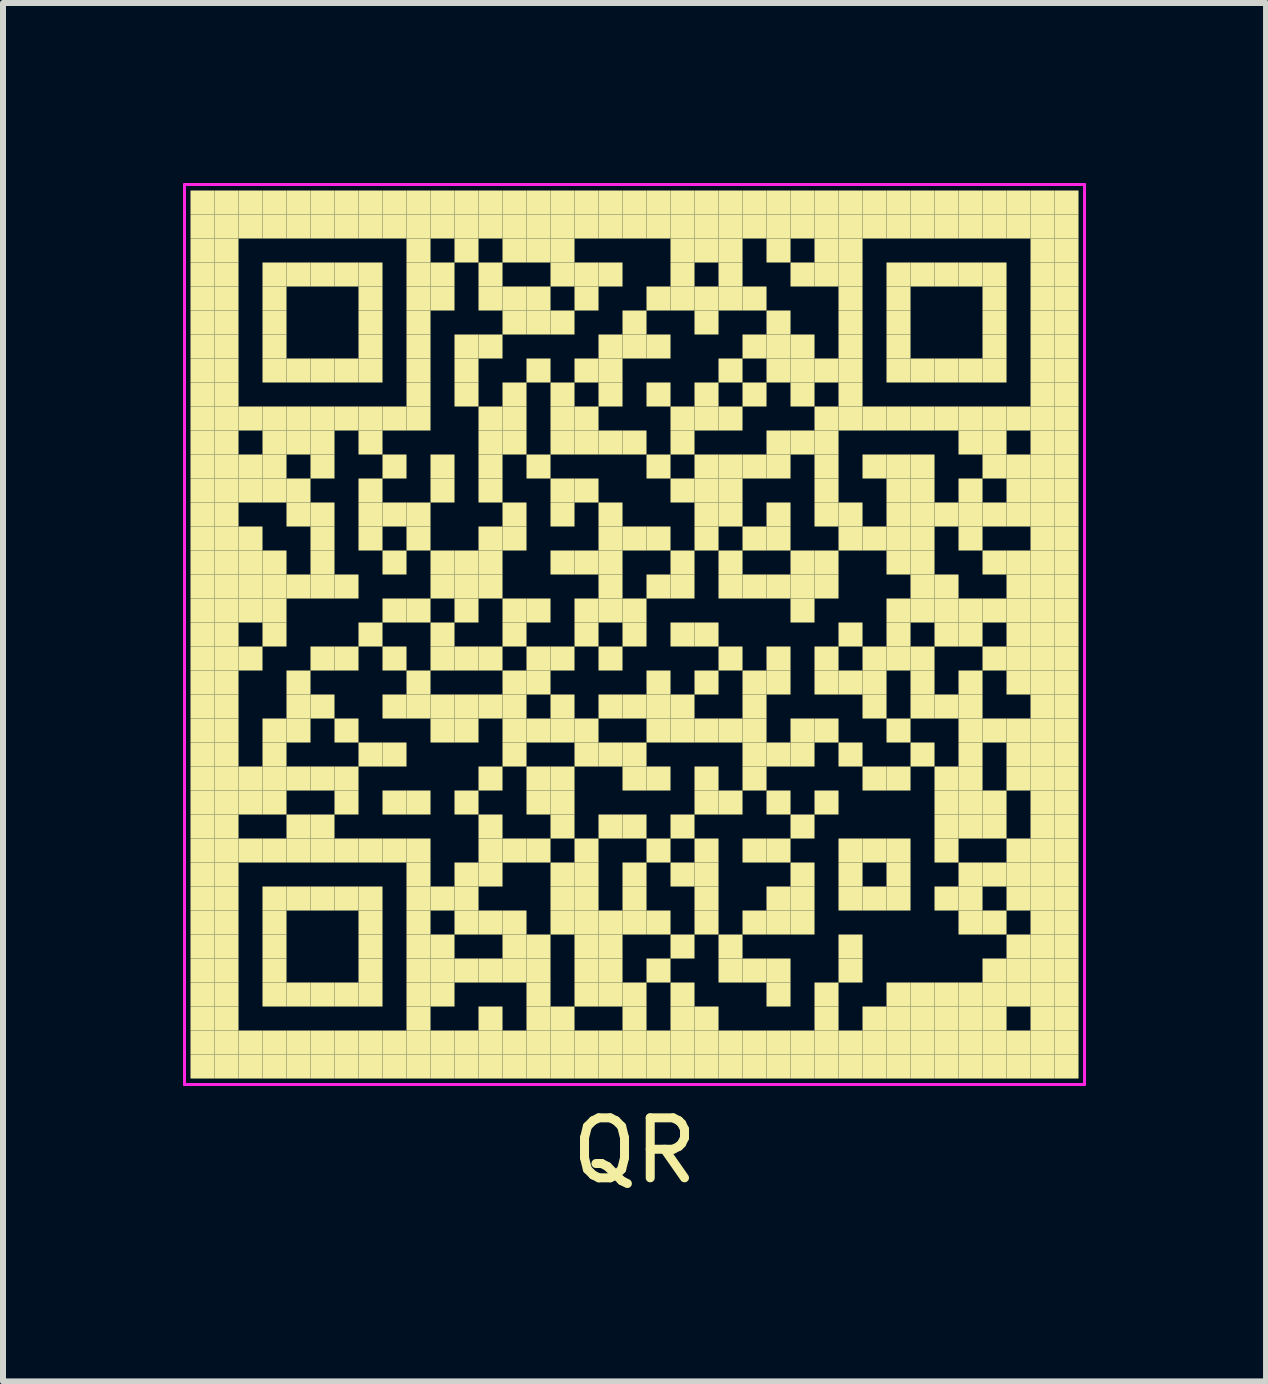
<source format=kicad_pcb>
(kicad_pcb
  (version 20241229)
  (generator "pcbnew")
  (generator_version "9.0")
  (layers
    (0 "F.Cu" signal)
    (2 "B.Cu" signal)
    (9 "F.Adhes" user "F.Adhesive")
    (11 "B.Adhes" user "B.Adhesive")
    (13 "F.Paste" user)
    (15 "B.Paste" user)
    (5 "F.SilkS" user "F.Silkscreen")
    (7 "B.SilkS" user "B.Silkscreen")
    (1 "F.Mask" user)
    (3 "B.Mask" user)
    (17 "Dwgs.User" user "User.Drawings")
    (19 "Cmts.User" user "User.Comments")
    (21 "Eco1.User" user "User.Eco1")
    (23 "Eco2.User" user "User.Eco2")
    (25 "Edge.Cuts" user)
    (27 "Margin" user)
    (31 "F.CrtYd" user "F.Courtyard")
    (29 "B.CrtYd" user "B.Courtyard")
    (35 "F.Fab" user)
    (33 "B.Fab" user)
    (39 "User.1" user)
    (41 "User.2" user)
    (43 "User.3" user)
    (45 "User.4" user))
  (footprint "QR"
    (layer "F.Cu")
    (at 7.525 7.525)
    (property "Reference" "QR" (at 0 8.6 0) (layer "F.SilkS") (effects (font (size 1 1) (thickness 0.15))))
    (attr through_hole)
    (fp_poly (pts (xy -7 -7) (xy -7 -7.4) (xy -7.4 -7.4) (xy -7.4 -7)) (stroke (width 0) (type solid)) (fill yes) (layer "F.SilkS"))
    (fp_poly (pts (xy -7 -6.6) (xy -7 -7) (xy -7.4 -7) (xy -7.4 -6.6)) (stroke (width 0) (type solid)) (fill yes) (layer "F.SilkS"))
    (fp_poly (pts (xy -7 -6.2) (xy -7 -6.6) (xy -7.4 -6.6) (xy -7.4 -6.2)) (stroke (width 0) (type solid)) (fill yes) (layer "F.SilkS"))
    (fp_poly (pts (xy -7 -5.8) (xy -7 -6.2) (xy -7.4 -6.2) (xy -7.4 -5.8)) (stroke (width 0) (type solid)) (fill yes) (layer "F.SilkS"))
    (fp_poly (pts (xy -7 -5.4) (xy -7 -5.8) (xy -7.4 -5.8) (xy -7.4 -5.4)) (stroke (width 0) (type solid)) (fill yes) (layer "F.SilkS"))
    (fp_poly (pts (xy -7 -5) (xy -7 -5.4) (xy -7.4 -5.4) (xy -7.4 -5)) (stroke (width 0) (type solid)) (fill yes) (layer "F.SilkS"))
    (fp_poly (pts (xy -7 -4.6) (xy -7 -5) (xy -7.4 -5) (xy -7.4 -4.6)) (stroke (width 0) (type solid)) (fill yes) (layer "F.SilkS"))
    (fp_poly (pts (xy -7 -4.2) (xy -7 -4.6) (xy -7.4 -4.6) (xy -7.4 -4.2)) (stroke (width 0) (type solid)) (fill yes) (layer "F.SilkS"))
    (fp_poly (pts (xy -7 -3.8) (xy -7 -4.2) (xy -7.4 -4.2) (xy -7.4 -3.8)) (stroke (width 0) (type solid)) (fill yes) (layer "F.SilkS"))
    (fp_poly (pts (xy -7 -3.4) (xy -7 -3.8) (xy -7.4 -3.8) (xy -7.4 -3.4)) (stroke (width 0) (type solid)) (fill yes) (layer "F.SilkS"))
    (fp_poly (pts (xy -7 -3) (xy -7 -3.4) (xy -7.4 -3.4) (xy -7.4 -3)) (stroke (width 0) (type solid)) (fill yes) (layer "F.SilkS"))
    (fp_poly (pts (xy -7 -2.6) (xy -7 -3) (xy -7.4 -3) (xy -7.4 -2.6)) (stroke (width 0) (type solid)) (fill yes) (layer "F.SilkS"))
    (fp_poly (pts (xy -7 -2.2) (xy -7 -2.6) (xy -7.4 -2.6) (xy -7.4 -2.2)) (stroke (width 0) (type solid)) (fill yes) (layer "F.SilkS"))
    (fp_poly (pts (xy -7 -1.8) (xy -7 -2.2) (xy -7.4 -2.2) (xy -7.4 -1.8)) (stroke (width 0) (type solid)) (fill yes) (layer "F.SilkS"))
    (fp_poly (pts (xy -7 -1.4) (xy -7 -1.8) (xy -7.4 -1.8) (xy -7.4 -1.4)) (stroke (width 0) (type solid)) (fill yes) (layer "F.SilkS"))
    (fp_poly (pts (xy -7 -1) (xy -7 -1.4) (xy -7.4 -1.4) (xy -7.4 -1)) (stroke (width 0) (type solid)) (fill yes) (layer "F.SilkS"))
    (fp_poly (pts (xy -7 -0.6) (xy -7 -1) (xy -7.4 -1) (xy -7.4 -0.6)) (stroke (width 0) (type solid)) (fill yes) (layer "F.SilkS"))
    (fp_poly (pts (xy -7 -0.2) (xy -7 -0.6) (xy -7.4 -0.6) (xy -7.4 -0.2)) (stroke (width 0) (type solid)) (fill yes) (layer "F.SilkS"))
    (fp_poly (pts (xy -7 0.2) (xy -7 -0.2) (xy -7.4 -0.2) (xy -7.4 0.2)) (stroke (width 0) (type solid)) (fill yes) (layer "F.SilkS"))
    (fp_poly (pts (xy -7 0.6) (xy -7 0.2) (xy -7.4 0.2) (xy -7.4 0.6)) (stroke (width 0) (type solid)) (fill yes) (layer "F.SilkS"))
    (fp_poly (pts (xy -7 1) (xy -7 0.6) (xy -7.4 0.6) (xy -7.4 1)) (stroke (width 0) (type solid)) (fill yes) (layer "F.SilkS"))
    (fp_poly (pts (xy -7 1.4) (xy -7 1) (xy -7.4 1) (xy -7.4 1.4)) (stroke (width 0) (type solid)) (fill yes) (layer "F.SilkS"))
    (fp_poly (pts (xy -7 1.8) (xy -7 1.4) (xy -7.4 1.4) (xy -7.4 1.8)) (stroke (width 0) (type solid)) (fill yes) (layer "F.SilkS"))
    (fp_poly (pts (xy -7 2.2) (xy -7 1.8) (xy -7.4 1.8) (xy -7.4 2.2)) (stroke (width 0) (type solid)) (fill yes) (layer "F.SilkS"))
    (fp_poly (pts (xy -7 2.6) (xy -7 2.2) (xy -7.4 2.2) (xy -7.4 2.6)) (stroke (width 0) (type solid)) (fill yes) (layer "F.SilkS"))
    (fp_poly (pts (xy -7 3) (xy -7 2.6) (xy -7.4 2.6) (xy -7.4 3)) (stroke (width 0) (type solid)) (fill yes) (layer "F.SilkS"))
    (fp_poly (pts (xy -7 3.4) (xy -7 3) (xy -7.4 3) (xy -7.4 3.4)) (stroke (width 0) (type solid)) (fill yes) (layer "F.SilkS"))
    (fp_poly (pts (xy -7 3.8) (xy -7 3.4) (xy -7.4 3.4) (xy -7.4 3.8)) (stroke (width 0) (type solid)) (fill yes) (layer "F.SilkS"))
    (fp_poly (pts (xy -7 4.2) (xy -7 3.8) (xy -7.4 3.8) (xy -7.4 4.2)) (stroke (width 0) (type solid)) (fill yes) (layer "F.SilkS"))
    (fp_poly (pts (xy -7 4.6) (xy -7 4.2) (xy -7.4 4.2) (xy -7.4 4.6)) (stroke (width 0) (type solid)) (fill yes) (layer "F.SilkS"))
    (fp_poly (pts (xy -7 5) (xy -7 4.6) (xy -7.4 4.6) (xy -7.4 5)) (stroke (width 0) (type solid)) (fill yes) (layer "F.SilkS"))
    (fp_poly (pts (xy -7 5.4) (xy -7 5) (xy -7.4 5) (xy -7.4 5.4)) (stroke (width 0) (type solid)) (fill yes) (layer "F.SilkS"))
    (fp_poly (pts (xy -7 5.8) (xy -7 5.4) (xy -7.4 5.4) (xy -7.4 5.8)) (stroke (width 0) (type solid)) (fill yes) (layer "F.SilkS"))
    (fp_poly (pts (xy -7 6.2) (xy -7 5.8) (xy -7.4 5.8) (xy -7.4 6.2)) (stroke (width 0) (type solid)) (fill yes) (layer "F.SilkS"))
    (fp_poly (pts (xy -7 6.6) (xy -7 6.2) (xy -7.4 6.2) (xy -7.4 6.6)) (stroke (width 0) (type solid)) (fill yes) (layer "F.SilkS"))
    (fp_poly (pts (xy -7 7) (xy -7 6.6) (xy -7.4 6.6) (xy -7.4 7)) (stroke (width 0) (type solid)) (fill yes) (layer "F.SilkS"))
    (fp_poly (pts (xy -7 7.4) (xy -7 7) (xy -7.4 7) (xy -7.4 7.4)) (stroke (width 0) (type solid)) (fill yes) (layer "F.SilkS"))
    (fp_poly (pts (xy -6.6 -7) (xy -6.6 -7.4) (xy -7 -7.4) (xy -7 -7)) (stroke (width 0) (type solid)) (fill yes) (layer "F.SilkS"))
    (fp_poly (pts (xy -6.6 -6.6) (xy -6.6 -7) (xy -7 -7) (xy -7 -6.6)) (stroke (width 0) (type solid)) (fill yes) (layer "F.SilkS"))
    (fp_poly (pts (xy -6.6 -6.2) (xy -6.6 -6.6) (xy -7 -6.6) (xy -7 -6.2)) (stroke (width 0) (type solid)) (fill yes) (layer "F.SilkS"))
    (fp_poly (pts (xy -6.6 -5.8) (xy -6.6 -6.2) (xy -7 -6.2) (xy -7 -5.8)) (stroke (width 0) (type solid)) (fill yes) (layer "F.SilkS"))
    (fp_poly (pts (xy -6.6 -5.4) (xy -6.6 -5.8) (xy -7 -5.8) (xy -7 -5.4)) (stroke (width 0) (type solid)) (fill yes) (layer "F.SilkS"))
    (fp_poly (pts (xy -6.6 -5) (xy -6.6 -5.4) (xy -7 -5.4) (xy -7 -5)) (stroke (width 0) (type solid)) (fill yes) (layer "F.SilkS"))
    (fp_poly (pts (xy -6.6 -4.6) (xy -6.6 -5) (xy -7 -5) (xy -7 -4.6)) (stroke (width 0) (type solid)) (fill yes) (layer "F.SilkS"))
    (fp_poly (pts (xy -6.6 -4.2) (xy -6.6 -4.6) (xy -7 -4.6) (xy -7 -4.2)) (stroke (width 0) (type solid)) (fill yes) (layer "F.SilkS"))
    (fp_poly (pts (xy -6.6 -3.8) (xy -6.6 -4.2) (xy -7 -4.2) (xy -7 -3.8)) (stroke (width 0) (type solid)) (fill yes) (layer "F.SilkS"))
    (fp_poly (pts (xy -6.6 -3.4) (xy -6.6 -3.8) (xy -7 -3.8) (xy -7 -3.4)) (stroke (width 0) (type solid)) (fill yes) (layer "F.SilkS"))
    (fp_poly (pts (xy -6.6 -3) (xy -6.6 -3.4) (xy -7 -3.4) (xy -7 -3)) (stroke (width 0) (type solid)) (fill yes) (layer "F.SilkS"))
    (fp_poly (pts (xy -6.6 -2.6) (xy -6.6 -3) (xy -7 -3) (xy -7 -2.6)) (stroke (width 0) (type solid)) (fill yes) (layer "F.SilkS"))
    (fp_poly (pts (xy -6.6 -2.2) (xy -6.6 -2.6) (xy -7 -2.6) (xy -7 -2.2)) (stroke (width 0) (type solid)) (fill yes) (layer "F.SilkS"))
    (fp_poly (pts (xy -6.6 -1.8) (xy -6.6 -2.2) (xy -7 -2.2) (xy -7 -1.8)) (stroke (width 0) (type solid)) (fill yes) (layer "F.SilkS"))
    (fp_poly (pts (xy -6.6 -1.4) (xy -6.6 -1.8) (xy -7 -1.8) (xy -7 -1.4)) (stroke (width 0) (type solid)) (fill yes) (layer "F.SilkS"))
    (fp_poly (pts (xy -6.6 -1) (xy -6.6 -1.4) (xy -7 -1.4) (xy -7 -1)) (stroke (width 0) (type solid)) (fill yes) (layer "F.SilkS"))
    (fp_poly (pts (xy -6.6 -0.6) (xy -6.6 -1) (xy -7 -1) (xy -7 -0.6)) (stroke (width 0) (type solid)) (fill yes) (layer "F.SilkS"))
    (fp_poly (pts (xy -6.6 -0.2) (xy -6.6 -0.6) (xy -7 -0.6) (xy -7 -0.2)) (stroke (width 0) (type solid)) (fill yes) (layer "F.SilkS"))
    (fp_poly (pts (xy -6.6 0.2) (xy -6.6 -0.2) (xy -7 -0.2) (xy -7 0.2)) (stroke (width 0) (type solid)) (fill yes) (layer "F.SilkS"))
    (fp_poly (pts (xy -6.6 0.6) (xy -6.6 0.2) (xy -7 0.2) (xy -7 0.6)) (stroke (width 0) (type solid)) (fill yes) (layer "F.SilkS"))
    (fp_poly (pts (xy -6.6 1) (xy -6.6 0.6) (xy -7 0.6) (xy -7 1)) (stroke (width 0) (type solid)) (fill yes) (layer "F.SilkS"))
    (fp_poly (pts (xy -6.6 1.4) (xy -6.6 1) (xy -7 1) (xy -7 1.4)) (stroke (width 0) (type solid)) (fill yes) (layer "F.SilkS"))
    (fp_poly (pts (xy -6.6 1.8) (xy -6.6 1.4) (xy -7 1.4) (xy -7 1.8)) (stroke (width 0) (type solid)) (fill yes) (layer "F.SilkS"))
    (fp_poly (pts (xy -6.6 2.2) (xy -6.6 1.8) (xy -7 1.8) (xy -7 2.2)) (stroke (width 0) (type solid)) (fill yes) (layer "F.SilkS"))
    (fp_poly (pts (xy -6.6 2.6) (xy -6.6 2.2) (xy -7 2.2) (xy -7 2.6)) (stroke (width 0) (type solid)) (fill yes) (layer "F.SilkS"))
    (fp_poly (pts (xy -6.6 3) (xy -6.6 2.6) (xy -7 2.6) (xy -7 3)) (stroke (width 0) (type solid)) (fill yes) (layer "F.SilkS"))
    (fp_poly (pts (xy -6.6 3.4) (xy -6.6 3) (xy -7 3) (xy -7 3.4)) (stroke (width 0) (type solid)) (fill yes) (layer "F.SilkS"))
    (fp_poly (pts (xy -6.6 3.8) (xy -6.6 3.4) (xy -7 3.4) (xy -7 3.8)) (stroke (width 0) (type solid)) (fill yes) (layer "F.SilkS"))
    (fp_poly (pts (xy -6.6 4.2) (xy -6.6 3.8) (xy -7 3.8) (xy -7 4.2)) (stroke (width 0) (type solid)) (fill yes) (layer "F.SilkS"))
    (fp_poly (pts (xy -6.6 4.6) (xy -6.6 4.2) (xy -7 4.2) (xy -7 4.6)) (stroke (width 0) (type solid)) (fill yes) (layer "F.SilkS"))
    (fp_poly (pts (xy -6.6 5) (xy -6.6 4.6) (xy -7 4.6) (xy -7 5)) (stroke (width 0) (type solid)) (fill yes) (layer "F.SilkS"))
    (fp_poly (pts (xy -6.6 5.4) (xy -6.6 5) (xy -7 5) (xy -7 5.4)) (stroke (width 0) (type solid)) (fill yes) (layer "F.SilkS"))
    (fp_poly (pts (xy -6.6 5.8) (xy -6.6 5.4) (xy -7 5.4) (xy -7 5.8)) (stroke (width 0) (type solid)) (fill yes) (layer "F.SilkS"))
    (fp_poly (pts (xy -6.6 6.2) (xy -6.6 5.8) (xy -7 5.8) (xy -7 6.2)) (stroke (width 0) (type solid)) (fill yes) (layer "F.SilkS"))
    (fp_poly (pts (xy -6.6 6.6) (xy -6.6 6.2) (xy -7 6.2) (xy -7 6.6)) (stroke (width 0) (type solid)) (fill yes) (layer "F.SilkS"))
    (fp_poly (pts (xy -6.6 7) (xy -6.6 6.6) (xy -7 6.6) (xy -7 7)) (stroke (width 0) (type solid)) (fill yes) (layer "F.SilkS"))
    (fp_poly (pts (xy -6.6 7.4) (xy -6.6 7) (xy -7 7) (xy -7 7.4)) (stroke (width 0) (type solid)) (fill yes) (layer "F.SilkS"))
    (fp_poly (pts (xy -6.2 -7) (xy -6.2 -7.4) (xy -6.6 -7.4) (xy -6.6 -7)) (stroke (width 0) (type solid)) (fill yes) (layer "F.SilkS"))
    (fp_poly (pts (xy -6.2 -6.6) (xy -6.2 -7) (xy -6.6 -7) (xy -6.6 -6.6)) (stroke (width 0) (type solid)) (fill yes) (layer "F.SilkS"))
    (fp_poly (pts (xy -6.2 -3.4) (xy -6.2 -3.8) (xy -6.6 -3.8) (xy -6.6 -3.4)) (stroke (width 0) (type solid)) (fill yes) (layer "F.SilkS"))
    (fp_poly (pts (xy -6.2 -2.6) (xy -6.2 -3) (xy -6.6 -3) (xy -6.6 -2.6)) (stroke (width 0) (type solid)) (fill yes) (layer "F.SilkS"))
    (fp_poly (pts (xy -6.2 -2.2) (xy -6.2 -2.6) (xy -6.6 -2.6) (xy -6.6 -2.2)) (stroke (width 0) (type solid)) (fill yes) (layer "F.SilkS"))
    (fp_poly (pts (xy -6.2 -1.4) (xy -6.2 -1.8) (xy -6.6 -1.8) (xy -6.6 -1.4)) (stroke (width 0) (type solid)) (fill yes) (layer "F.SilkS"))
    (fp_poly (pts (xy -6.2 -1) (xy -6.2 -1.4) (xy -6.6 -1.4) (xy -6.6 -1)) (stroke (width 0) (type solid)) (fill yes) (layer "F.SilkS"))
    (fp_poly (pts (xy -6.2 -0.6) (xy -6.2 -1) (xy -6.6 -1) (xy -6.6 -0.6)) (stroke (width 0) (type solid)) (fill yes) (layer "F.SilkS"))
    (fp_poly (pts (xy -6.2 -0.2) (xy -6.2 -0.6) (xy -6.6 -0.6) (xy -6.6 -0.2)) (stroke (width 0) (type solid)) (fill yes) (layer "F.SilkS"))
    (fp_poly (pts (xy -6.2 0.6) (xy -6.2 0.2) (xy -6.6 0.2) (xy -6.6 0.6)) (stroke (width 0) (type solid)) (fill yes) (layer "F.SilkS"))
    (fp_poly (pts (xy -6.2 2.6) (xy -6.2 2.2) (xy -6.6 2.2) (xy -6.6 2.6)) (stroke (width 0) (type solid)) (fill yes) (layer "F.SilkS"))
    (fp_poly (pts (xy -6.2 3) (xy -6.2 2.6) (xy -6.6 2.6) (xy -6.6 3)) (stroke (width 0) (type solid)) (fill yes) (layer "F.SilkS"))
    (fp_poly (pts (xy -6.2 3.8) (xy -6.2 3.4) (xy -6.6 3.4) (xy -6.6 3.8)) (stroke (width 0) (type solid)) (fill yes) (layer "F.SilkS"))
    (fp_poly (pts (xy -6.2 7) (xy -6.2 6.6) (xy -6.6 6.6) (xy -6.6 7)) (stroke (width 0) (type solid)) (fill yes) (layer "F.SilkS"))
    (fp_poly (pts (xy -6.2 7.4) (xy -6.2 7) (xy -6.6 7) (xy -6.6 7.4)) (stroke (width 0) (type solid)) (fill yes) (layer "F.SilkS"))
    (fp_poly (pts (xy -5.8 -7) (xy -5.8 -7.4) (xy -6.2 -7.4) (xy -6.2 -7)) (stroke (width 0) (type solid)) (fill yes) (layer "F.SilkS"))
    (fp_poly (pts (xy -5.8 -6.6) (xy -5.8 -7) (xy -6.2 -7) (xy -6.2 -6.6)) (stroke (width 0) (type solid)) (fill yes) (layer "F.SilkS"))
    (fp_poly (pts (xy -5.8 -5.8) (xy -5.8 -6.2) (xy -6.2 -6.2) (xy -6.2 -5.8)) (stroke (width 0) (type solid)) (fill yes) (layer "F.SilkS"))
    (fp_poly (pts (xy -5.8 -5.4) (xy -5.8 -5.8) (xy -6.2 -5.8) (xy -6.2 -5.4)) (stroke (width 0) (type solid)) (fill yes) (layer "F.SilkS"))
    (fp_poly (pts (xy -5.8 -5) (xy -5.8 -5.4) (xy -6.2 -5.4) (xy -6.2 -5)) (stroke (width 0) (type solid)) (fill yes) (layer "F.SilkS"))
    (fp_poly (pts (xy -5.8 -4.6) (xy -5.8 -5) (xy -6.2 -5) (xy -6.2 -4.6)) (stroke (width 0) (type solid)) (fill yes) (layer "F.SilkS"))
    (fp_poly (pts (xy -5.8 -4.2) (xy -5.8 -4.6) (xy -6.2 -4.6) (xy -6.2 -4.2)) (stroke (width 0) (type solid)) (fill yes) (layer "F.SilkS"))
    (fp_poly (pts (xy -5.8 -3.4) (xy -5.8 -3.8) (xy -6.2 -3.8) (xy -6.2 -3.4)) (stroke (width 0) (type solid)) (fill yes) (layer "F.SilkS"))
    (fp_poly (pts (xy -5.8 -3) (xy -5.8 -3.4) (xy -6.2 -3.4) (xy -6.2 -3)) (stroke (width 0) (type solid)) (fill yes) (layer "F.SilkS"))
    (fp_poly (pts (xy -5.8 -2.6) (xy -5.8 -3) (xy -6.2 -3) (xy -6.2 -2.6)) (stroke (width 0) (type solid)) (fill yes) (layer "F.SilkS"))
    (fp_poly (pts (xy -5.8 -2.2) (xy -5.8 -2.6) (xy -6.2 -2.6) (xy -6.2 -2.2)) (stroke (width 0) (type solid)) (fill yes) (layer "F.SilkS"))
    (fp_poly (pts (xy -5.8 -1) (xy -5.8 -1.4) (xy -6.2 -1.4) (xy -6.2 -1)) (stroke (width 0) (type solid)) (fill yes) (layer "F.SilkS"))
    (fp_poly (pts (xy -5.8 -0.6) (xy -5.8 -1) (xy -6.2 -1) (xy -6.2 -0.6)) (stroke (width 0) (type solid)) (fill yes) (layer "F.SilkS"))
    (fp_poly (pts (xy -5.8 -0.2) (xy -5.8 -0.6) (xy -6.2 -0.6) (xy -6.2 -0.2)) (stroke (width 0) (type solid)) (fill yes) (layer "F.SilkS"))
    (fp_poly (pts (xy -5.8 0.2) (xy -5.8 -0.2) (xy -6.2 -0.2) (xy -6.2 0.2)) (stroke (width 0) (type solid)) (fill yes) (layer "F.SilkS"))
    (fp_poly (pts (xy -5.8 1.8) (xy -5.8 1.4) (xy -6.2 1.4) (xy -6.2 1.8)) (stroke (width 0) (type solid)) (fill yes) (layer "F.SilkS"))
    (fp_poly (pts (xy -5.8 2.2) (xy -5.8 1.8) (xy -6.2 1.8) (xy -6.2 2.2)) (stroke (width 0) (type solid)) (fill yes) (layer "F.SilkS"))
    (fp_poly (pts (xy -5.8 2.6) (xy -5.8 2.2) (xy -6.2 2.2) (xy -6.2 2.6)) (stroke (width 0) (type solid)) (fill yes) (layer "F.SilkS"))
    (fp_poly (pts (xy -5.8 3) (xy -5.8 2.6) (xy -6.2 2.6) (xy -6.2 3)) (stroke (width 0) (type solid)) (fill yes) (layer "F.SilkS"))
    (fp_poly (pts (xy -5.8 3.8) (xy -5.8 3.4) (xy -6.2 3.4) (xy -6.2 3.8)) (stroke (width 0) (type solid)) (fill yes) (layer "F.SilkS"))
    (fp_poly (pts (xy -5.8 4.6) (xy -5.8 4.2) (xy -6.2 4.2) (xy -6.2 4.6)) (stroke (width 0) (type solid)) (fill yes) (layer "F.SilkS"))
    (fp_poly (pts (xy -5.8 5) (xy -5.8 4.6) (xy -6.2 4.6) (xy -6.2 5)) (stroke (width 0) (type solid)) (fill yes) (layer "F.SilkS"))
    (fp_poly (pts (xy -5.8 5.4) (xy -5.8 5) (xy -6.2 5) (xy -6.2 5.4)) (stroke (width 0) (type solid)) (fill yes) (layer "F.SilkS"))
    (fp_poly (pts (xy -5.8 5.8) (xy -5.8 5.4) (xy -6.2 5.4) (xy -6.2 5.8)) (stroke (width 0) (type solid)) (fill yes) (layer "F.SilkS"))
    (fp_poly (pts (xy -5.8 6.2) (xy -5.8 5.8) (xy -6.2 5.8) (xy -6.2 6.2)) (stroke (width 0) (type solid)) (fill yes) (layer "F.SilkS"))
    (fp_poly (pts (xy -5.8 7) (xy -5.8 6.6) (xy -6.2 6.6) (xy -6.2 7)) (stroke (width 0) (type solid)) (fill yes) (layer "F.SilkS"))
    (fp_poly (pts (xy -5.8 7.4) (xy -5.8 7) (xy -6.2 7) (xy -6.2 7.4)) (stroke (width 0) (type solid)) (fill yes) (layer "F.SilkS"))
    (fp_poly (pts (xy -5.4 -7) (xy -5.4 -7.4) (xy -5.8 -7.4) (xy -5.8 -7)) (stroke (width 0) (type solid)) (fill yes) (layer "F.SilkS"))
    (fp_poly (pts (xy -5.4 -6.6) (xy -5.4 -7) (xy -5.8 -7) (xy -5.8 -6.6)) (stroke (width 0) (type solid)) (fill yes) (layer "F.SilkS"))
    (fp_poly (pts (xy -5.4 -5.8) (xy -5.4 -6.2) (xy -5.8 -6.2) (xy -5.8 -5.8)) (stroke (width 0) (type solid)) (fill yes) (layer "F.SilkS"))
    (fp_poly (pts (xy -5.4 -4.2) (xy -5.4 -4.6) (xy -5.8 -4.6) (xy -5.8 -4.2)) (stroke (width 0) (type solid)) (fill yes) (layer "F.SilkS"))
    (fp_poly (pts (xy -5.4 -3.4) (xy -5.4 -3.8) (xy -5.8 -3.8) (xy -5.8 -3.4)) (stroke (width 0) (type solid)) (fill yes) (layer "F.SilkS"))
    (fp_poly (pts (xy -5.4 -3) (xy -5.4 -3.4) (xy -5.8 -3.4) (xy -5.8 -3)) (stroke (width 0) (type solid)) (fill yes) (layer "F.SilkS"))
    (fp_poly (pts (xy -5.4 -2.2) (xy -5.4 -2.6) (xy -5.8 -2.6) (xy -5.8 -2.2)) (stroke (width 0) (type solid)) (fill yes) (layer "F.SilkS"))
    (fp_poly (pts (xy -5.4 -1.8) (xy -5.4 -2.2) (xy -5.8 -2.2) (xy -5.8 -1.8)) (stroke (width 0) (type solid)) (fill yes) (layer "F.SilkS"))
    (fp_poly (pts (xy -5.4 -0.6) (xy -5.4 -1) (xy -5.8 -1) (xy -5.8 -0.6)) (stroke (width 0) (type solid)) (fill yes) (layer "F.SilkS"))
    (fp_poly (pts (xy -5.4 1) (xy -5.4 0.6) (xy -5.8 0.6) (xy -5.8 1)) (stroke (width 0) (type solid)) (fill yes) (layer "F.SilkS"))
    (fp_poly (pts (xy -5.4 1.4) (xy -5.4 1) (xy -5.8 1) (xy -5.8 1.4)) (stroke (width 0) (type solid)) (fill yes) (layer "F.SilkS"))
    (fp_poly (pts (xy -5.4 1.8) (xy -5.4 1.4) (xy -5.8 1.4) (xy -5.8 1.8)) (stroke (width 0) (type solid)) (fill yes) (layer "F.SilkS"))
    (fp_poly (pts (xy -5.4 2.6) (xy -5.4 2.2) (xy -5.8 2.2) (xy -5.8 2.6)) (stroke (width 0) (type solid)) (fill yes) (layer "F.SilkS"))
    (fp_poly (pts (xy -5.4 3.4) (xy -5.4 3) (xy -5.8 3) (xy -5.8 3.4)) (stroke (width 0) (type solid)) (fill yes) (layer "F.SilkS"))
    (fp_poly (pts (xy -5.4 3.8) (xy -5.4 3.4) (xy -5.8 3.4) (xy -5.8 3.8)) (stroke (width 0) (type solid)) (fill yes) (layer "F.SilkS"))
    (fp_poly (pts (xy -5.4 4.6) (xy -5.4 4.2) (xy -5.8 4.2) (xy -5.8 4.6)) (stroke (width 0) (type solid)) (fill yes) (layer "F.SilkS"))
    (fp_poly (pts (xy -5.4 6.2) (xy -5.4 5.8) (xy -5.8 5.8) (xy -5.8 6.2)) (stroke (width 0) (type solid)) (fill yes) (layer "F.SilkS"))
    (fp_poly (pts (xy -5.4 7) (xy -5.4 6.6) (xy -5.8 6.6) (xy -5.8 7)) (stroke (width 0) (type solid)) (fill yes) (layer "F.SilkS"))
    (fp_poly (pts (xy -5.4 7.4) (xy -5.4 7) (xy -5.8 7) (xy -5.8 7.4)) (stroke (width 0) (type solid)) (fill yes) (layer "F.SilkS"))
    (fp_poly (pts (xy -5 -7) (xy -5 -7.4) (xy -5.4 -7.4) (xy -5.4 -7)) (stroke (width 0) (type solid)) (fill yes) (layer "F.SilkS"))
    (fp_poly (pts (xy -5 -6.6) (xy -5 -7) (xy -5.4 -7) (xy -5.4 -6.6)) (stroke (width 0) (type solid)) (fill yes) (layer "F.SilkS"))
    (fp_poly (pts (xy -5 -5.8) (xy -5 -6.2) (xy -5.4 -6.2) (xy -5.4 -5.8)) (stroke (width 0) (type solid)) (fill yes) (layer "F.SilkS"))
    (fp_poly (pts (xy -5 -4.2) (xy -5 -4.6) (xy -5.4 -4.6) (xy -5.4 -4.2)) (stroke (width 0) (type solid)) (fill yes) (layer "F.SilkS"))
    (fp_poly (pts (xy -5 -3.4) (xy -5 -3.8) (xy -5.4 -3.8) (xy -5.4 -3.4)) (stroke (width 0) (type solid)) (fill yes) (layer "F.SilkS"))
    (fp_poly (pts (xy -5 -3) (xy -5 -3.4) (xy -5.4 -3.4) (xy -5.4 -3)) (stroke (width 0) (type solid)) (fill yes) (layer "F.SilkS"))
    (fp_poly (pts (xy -5 -2.6) (xy -5 -3) (xy -5.4 -3) (xy -5.4 -2.6)) (stroke (width 0) (type solid)) (fill yes) (layer "F.SilkS"))
    (fp_poly (pts (xy -5 -1.8) (xy -5 -2.2) (xy -5.4 -2.2) (xy -5.4 -1.8)) (stroke (width 0) (type solid)) (fill yes) (layer "F.SilkS"))
    (fp_poly (pts (xy -5 -1.4) (xy -5 -1.8) (xy -5.4 -1.8) (xy -5.4 -1.4)) (stroke (width 0) (type solid)) (fill yes) (layer "F.SilkS"))
    (fp_poly (pts (xy -5 -1) (xy -5 -1.4) (xy -5.4 -1.4) (xy -5.4 -1)) (stroke (width 0) (type solid)) (fill yes) (layer "F.SilkS"))
    (fp_poly (pts (xy -5 -0.6) (xy -5 -1) (xy -5.4 -1) (xy -5.4 -0.6)) (stroke (width 0) (type solid)) (fill yes) (layer "F.SilkS"))
    (fp_poly (pts (xy -5 0.6) (xy -5 0.2) (xy -5.4 0.2) (xy -5.4 0.6)) (stroke (width 0) (type solid)) (fill yes) (layer "F.SilkS"))
    (fp_poly (pts (xy -5 1.4) (xy -5 1) (xy -5.4 1) (xy -5.4 1.4)) (stroke (width 0) (type solid)) (fill yes) (layer "F.SilkS"))
    (fp_poly (pts (xy -5 2.6) (xy -5 2.2) (xy -5.4 2.2) (xy -5.4 2.6)) (stroke (width 0) (type solid)) (fill yes) (layer "F.SilkS"))
    (fp_poly (pts (xy -5 3.4) (xy -5 3) (xy -5.4 3) (xy -5.4 3.4)) (stroke (width 0) (type solid)) (fill yes) (layer "F.SilkS"))
    (fp_poly (pts (xy -5 3.8) (xy -5 3.4) (xy -5.4 3.4) (xy -5.4 3.8)) (stroke (width 0) (type solid)) (fill yes) (layer "F.SilkS"))
    (fp_poly (pts (xy -5 4.6) (xy -5 4.2) (xy -5.4 4.2) (xy -5.4 4.6)) (stroke (width 0) (type solid)) (fill yes) (layer "F.SilkS"))
    (fp_poly (pts (xy -5 6.2) (xy -5 5.8) (xy -5.4 5.8) (xy -5.4 6.2)) (stroke (width 0) (type solid)) (fill yes) (layer "F.SilkS"))
    (fp_poly (pts (xy -5 7) (xy -5 6.6) (xy -5.4 6.6) (xy -5.4 7)) (stroke (width 0) (type solid)) (fill yes) (layer "F.SilkS"))
    (fp_poly (pts (xy -5 7.4) (xy -5 7) (xy -5.4 7) (xy -5.4 7.4)) (stroke (width 0) (type solid)) (fill yes) (layer "F.SilkS"))
    (fp_poly (pts (xy -4.6 -7) (xy -4.6 -7.4) (xy -5 -7.4) (xy -5 -7)) (stroke (width 0) (type solid)) (fill yes) (layer "F.SilkS"))
    (fp_poly (pts (xy -4.6 -6.6) (xy -4.6 -7) (xy -5 -7) (xy -5 -6.6)) (stroke (width 0) (type solid)) (fill yes) (layer "F.SilkS"))
    (fp_poly (pts (xy -4.6 -5.8) (xy -4.6 -6.2) (xy -5 -6.2) (xy -5 -5.8)) (stroke (width 0) (type solid)) (fill yes) (layer "F.SilkS"))
    (fp_poly (pts (xy -4.6 -4.2) (xy -4.6 -4.6) (xy -5 -4.6) (xy -5 -4.2)) (stroke (width 0) (type solid)) (fill yes) (layer "F.SilkS"))
    (fp_poly (pts (xy -4.6 -3.4) (xy -4.6 -3.8) (xy -5 -3.8) (xy -5 -3.4)) (stroke (width 0) (type solid)) (fill yes) (layer "F.SilkS"))
    (fp_poly (pts (xy -4.6 -0.6) (xy -4.6 -1) (xy -5 -1) (xy -5 -0.6)) (stroke (width 0) (type solid)) (fill yes) (layer "F.SilkS"))
    (fp_poly (pts (xy -4.6 0.6) (xy -4.6 0.2) (xy -5 0.2) (xy -5 0.6)) (stroke (width 0) (type solid)) (fill yes) (layer "F.SilkS"))
    (fp_poly (pts (xy -4.6 1.8) (xy -4.6 1.4) (xy -5 1.4) (xy -5 1.8)) (stroke (width 0) (type solid)) (fill yes) (layer "F.SilkS"))
    (fp_poly (pts (xy -4.6 2.6) (xy -4.6 2.2) (xy -5 2.2) (xy -5 2.6)) (stroke (width 0) (type solid)) (fill yes) (layer "F.SilkS"))
    (fp_poly (pts (xy -4.6 3) (xy -4.6 2.6) (xy -5 2.6) (xy -5 3)) (stroke (width 0) (type solid)) (fill yes) (layer "F.SilkS"))
    (fp_poly (pts (xy -4.6 3.8) (xy -4.6 3.4) (xy -5 3.4) (xy -5 3.8)) (stroke (width 0) (type solid)) (fill yes) (layer "F.SilkS"))
    (fp_poly (pts (xy -4.6 4.6) (xy -4.6 4.2) (xy -5 4.2) (xy -5 4.6)) (stroke (width 0) (type solid)) (fill yes) (layer "F.SilkS"))
    (fp_poly (pts (xy -4.6 6.2) (xy -4.6 5.8) (xy -5 5.8) (xy -5 6.2)) (stroke (width 0) (type solid)) (fill yes) (layer "F.SilkS"))
    (fp_poly (pts (xy -4.6 7) (xy -4.6 6.6) (xy -5 6.6) (xy -5 7)) (stroke (width 0) (type solid)) (fill yes) (layer "F.SilkS"))
    (fp_poly (pts (xy -4.6 7.4) (xy -4.6 7) (xy -5 7) (xy -5 7.4)) (stroke (width 0) (type solid)) (fill yes) (layer "F.SilkS"))
    (fp_poly (pts (xy -4.2 -7) (xy -4.2 -7.4) (xy -4.6 -7.4) (xy -4.6 -7)) (stroke (width 0) (type solid)) (fill yes) (layer "F.SilkS"))
    (fp_poly (pts (xy -4.2 -6.6) (xy -4.2 -7) (xy -4.6 -7) (xy -4.6 -6.6)) (stroke (width 0) (type solid)) (fill yes) (layer "F.SilkS"))
    (fp_poly (pts (xy -4.2 -5.8) (xy -4.2 -6.2) (xy -4.6 -6.2) (xy -4.6 -5.8)) (stroke (width 0) (type solid)) (fill yes) (layer "F.SilkS"))
    (fp_poly (pts (xy -4.2 -5.4) (xy -4.2 -5.8) (xy -4.6 -5.8) (xy -4.6 -5.4)) (stroke (width 0) (type solid)) (fill yes) (layer "F.SilkS"))
    (fp_poly (pts (xy -4.2 -5) (xy -4.2 -5.4) (xy -4.6 -5.4) (xy -4.6 -5)) (stroke (width 0) (type solid)) (fill yes) (layer "F.SilkS"))
    (fp_poly (pts (xy -4.2 -4.6) (xy -4.2 -5) (xy -4.6 -5) (xy -4.6 -4.6)) (stroke (width 0) (type solid)) (fill yes) (layer "F.SilkS"))
    (fp_poly (pts (xy -4.2 -4.2) (xy -4.2 -4.6) (xy -4.6 -4.6) (xy -4.6 -4.2)) (stroke (width 0) (type solid)) (fill yes) (layer "F.SilkS"))
    (fp_poly (pts (xy -4.2 -3.4) (xy -4.2 -3.8) (xy -4.6 -3.8) (xy -4.6 -3.4)) (stroke (width 0) (type solid)) (fill yes) (layer "F.SilkS"))
    (fp_poly (pts (xy -4.2 -3) (xy -4.2 -3.4) (xy -4.6 -3.4) (xy -4.6 -3)) (stroke (width 0) (type solid)) (fill yes) (layer "F.SilkS"))
    (fp_poly (pts (xy -4.2 -2.2) (xy -4.2 -2.6) (xy -4.6 -2.6) (xy -4.6 -2.2)) (stroke (width 0) (type solid)) (fill yes) (layer "F.SilkS"))
    (fp_poly (pts (xy -4.2 -1.8) (xy -4.2 -2.2) (xy -4.6 -2.2) (xy -4.6 -1.8)) (stroke (width 0) (type solid)) (fill yes) (layer "F.SilkS"))
    (fp_poly (pts (xy -4.2 -1.4) (xy -4.2 -1.8) (xy -4.6 -1.8) (xy -4.6 -1.4)) (stroke (width 0) (type solid)) (fill yes) (layer "F.SilkS"))
    (fp_poly (pts (xy -4.2 0.2) (xy -4.2 -0.2) (xy -4.6 -0.2) (xy -4.6 0.2)) (stroke (width 0) (type solid)) (fill yes) (layer "F.SilkS"))
    (fp_poly (pts (xy -4.2 2.2) (xy -4.2 1.8) (xy -4.6 1.8) (xy -4.6 2.2)) (stroke (width 0) (type solid)) (fill yes) (layer "F.SilkS"))
    (fp_poly (pts (xy -4.2 3.8) (xy -4.2 3.4) (xy -4.6 3.4) (xy -4.6 3.8)) (stroke (width 0) (type solid)) (fill yes) (layer "F.SilkS"))
    (fp_poly (pts (xy -4.2 4.6) (xy -4.2 4.2) (xy -4.6 4.2) (xy -4.6 4.6)) (stroke (width 0) (type solid)) (fill yes) (layer "F.SilkS"))
    (fp_poly (pts (xy -4.2 5) (xy -4.2 4.6) (xy -4.6 4.6) (xy -4.6 5)) (stroke (width 0) (type solid)) (fill yes) (layer "F.SilkS"))
    (fp_poly (pts (xy -4.2 5.4) (xy -4.2 5) (xy -4.6 5) (xy -4.6 5.4)) (stroke (width 0) (type solid)) (fill yes) (layer "F.SilkS"))
    (fp_poly (pts (xy -4.2 5.8) (xy -4.2 5.4) (xy -4.6 5.4) (xy -4.6 5.8)) (stroke (width 0) (type solid)) (fill yes) (layer "F.SilkS"))
    (fp_poly (pts (xy -4.2 6.2) (xy -4.2 5.8) (xy -4.6 5.8) (xy -4.6 6.2)) (stroke (width 0) (type solid)) (fill yes) (layer "F.SilkS"))
    (fp_poly (pts (xy -4.2 7) (xy -4.2 6.6) (xy -4.6 6.6) (xy -4.6 7)) (stroke (width 0) (type solid)) (fill yes) (layer "F.SilkS"))
    (fp_poly (pts (xy -4.2 7.4) (xy -4.2 7) (xy -4.6 7) (xy -4.6 7.4)) (stroke (width 0) (type solid)) (fill yes) (layer "F.SilkS"))
    (fp_poly (pts (xy -3.8 -7) (xy -3.8 -7.4) (xy -4.2 -7.4) (xy -4.2 -7)) (stroke (width 0) (type solid)) (fill yes) (layer "F.SilkS"))
    (fp_poly (pts (xy -3.8 -6.6) (xy -3.8 -7) (xy -4.2 -7) (xy -4.2 -6.6)) (stroke (width 0) (type solid)) (fill yes) (layer "F.SilkS"))
    (fp_poly (pts (xy -3.8 -3.4) (xy -3.8 -3.8) (xy -4.2 -3.8) (xy -4.2 -3.4)) (stroke (width 0) (type solid)) (fill yes) (layer "F.SilkS"))
    (fp_poly (pts (xy -3.8 -2.6) (xy -3.8 -3) (xy -4.2 -3) (xy -4.2 -2.6)) (stroke (width 0) (type solid)) (fill yes) (layer "F.SilkS"))
    (fp_poly (pts (xy -3.8 -1.8) (xy -3.8 -2.2) (xy -4.2 -2.2) (xy -4.2 -1.8)) (stroke (width 0) (type solid)) (fill yes) (layer "F.SilkS"))
    (fp_poly (pts (xy -3.8 -1) (xy -3.8 -1.4) (xy -4.2 -1.4) (xy -4.2 -1)) (stroke (width 0) (type solid)) (fill yes) (layer "F.SilkS"))
    (fp_poly (pts (xy -3.8 -0.2) (xy -3.8 -0.6) (xy -4.2 -0.6) (xy -4.2 -0.2)) (stroke (width 0) (type solid)) (fill yes) (layer "F.SilkS"))
    (fp_poly (pts (xy -3.8 0.6) (xy -3.8 0.2) (xy -4.2 0.2) (xy -4.2 0.6)) (stroke (width 0) (type solid)) (fill yes) (layer "F.SilkS"))
    (fp_poly (pts (xy -3.8 1.4) (xy -3.8 1) (xy -4.2 1) (xy -4.2 1.4)) (stroke (width 0) (type solid)) (fill yes) (layer "F.SilkS"))
    (fp_poly (pts (xy -3.8 2.2) (xy -3.8 1.8) (xy -4.2 1.8) (xy -4.2 2.2)) (stroke (width 0) (type solid)) (fill yes) (layer "F.SilkS"))
    (fp_poly (pts (xy -3.8 3) (xy -3.8 2.6) (xy -4.2 2.6) (xy -4.2 3)) (stroke (width 0) (type solid)) (fill yes) (layer "F.SilkS"))
    (fp_poly (pts (xy -3.8 3.8) (xy -3.8 3.4) (xy -4.2 3.4) (xy -4.2 3.8)) (stroke (width 0) (type solid)) (fill yes) (layer "F.SilkS"))
    (fp_poly (pts (xy -3.8 7) (xy -3.8 6.6) (xy -4.2 6.6) (xy -4.2 7)) (stroke (width 0) (type solid)) (fill yes) (layer "F.SilkS"))
    (fp_poly (pts (xy -3.8 7.4) (xy -3.8 7) (xy -4.2 7) (xy -4.2 7.4)) (stroke (width 0) (type solid)) (fill yes) (layer "F.SilkS"))
    (fp_poly (pts (xy -3.4 -7) (xy -3.4 -7.4) (xy -3.8 -7.4) (xy -3.8 -7)) (stroke (width 0) (type solid)) (fill yes) (layer "F.SilkS"))
    (fp_poly (pts (xy -3.4 -6.6) (xy -3.4 -7) (xy -3.8 -7) (xy -3.8 -6.6)) (stroke (width 0) (type solid)) (fill yes) (layer "F.SilkS"))
    (fp_poly (pts (xy -3.4 -6.2) (xy -3.4 -6.6) (xy -3.8 -6.6) (xy -3.8 -6.2)) (stroke (width 0) (type solid)) (fill yes) (layer "F.SilkS"))
    (fp_poly (pts (xy -3.4 -5.8) (xy -3.4 -6.2) (xy -3.8 -6.2) (xy -3.8 -5.8)) (stroke (width 0) (type solid)) (fill yes) (layer "F.SilkS"))
    (fp_poly (pts (xy -3.4 -5.4) (xy -3.4 -5.8) (xy -3.8 -5.8) (xy -3.8 -5.4)) (stroke (width 0) (type solid)) (fill yes) (layer "F.SilkS"))
    (fp_poly (pts (xy -3.4 -5) (xy -3.4 -5.4) (xy -3.8 -5.4) (xy -3.8 -5)) (stroke (width 0) (type solid)) (fill yes) (layer "F.SilkS"))
    (fp_poly (pts (xy -3.4 -4.6) (xy -3.4 -5) (xy -3.8 -5) (xy -3.8 -4.6)) (stroke (width 0) (type solid)) (fill yes) (layer "F.SilkS"))
    (fp_poly (pts (xy -3.4 -4.2) (xy -3.4 -4.6) (xy -3.8 -4.6) (xy -3.8 -4.2)) (stroke (width 0) (type solid)) (fill yes) (layer "F.SilkS"))
    (fp_poly (pts (xy -3.4 -3.8) (xy -3.4 -4.2) (xy -3.8 -4.2) (xy -3.8 -3.8)) (stroke (width 0) (type solid)) (fill yes) (layer "F.SilkS"))
    (fp_poly (pts (xy -3.4 -3.4) (xy -3.4 -3.8) (xy -3.8 -3.8) (xy -3.8 -3.4)) (stroke (width 0) (type solid)) (fill yes) (layer "F.SilkS"))
    (fp_poly (pts (xy -3.4 -1.8) (xy -3.4 -2.2) (xy -3.8 -2.2) (xy -3.8 -1.8)) (stroke (width 0) (type solid)) (fill yes) (layer "F.SilkS"))
    (fp_poly (pts (xy -3.4 -1.4) (xy -3.4 -1.8) (xy -3.8 -1.8) (xy -3.8 -1.4)) (stroke (width 0) (type solid)) (fill yes) (layer "F.SilkS"))
    (fp_poly (pts (xy -3.4 -0.2) (xy -3.4 -0.6) (xy -3.8 -0.6) (xy -3.8 -0.2)) (stroke (width 0) (type solid)) (fill yes) (layer "F.SilkS"))
    (fp_poly (pts (xy -3.4 1) (xy -3.4 0.6) (xy -3.8 0.6) (xy -3.8 1)) (stroke (width 0) (type solid)) (fill yes) (layer "F.SilkS"))
    (fp_poly (pts (xy -3.4 1.4) (xy -3.4 1) (xy -3.8 1) (xy -3.8 1.4)) (stroke (width 0) (type solid)) (fill yes) (layer "F.SilkS"))
    (fp_poly (pts (xy -3.4 3) (xy -3.4 2.6) (xy -3.8 2.6) (xy -3.8 3)) (stroke (width 0) (type solid)) (fill yes) (layer "F.SilkS"))
    (fp_poly (pts (xy -3.4 3.8) (xy -3.4 3.4) (xy -3.8 3.4) (xy -3.8 3.8)) (stroke (width 0) (type solid)) (fill yes) (layer "F.SilkS"))
    (fp_poly (pts (xy -3.4 4.2) (xy -3.4 3.8) (xy -3.8 3.8) (xy -3.8 4.2)) (stroke (width 0) (type solid)) (fill yes) (layer "F.SilkS"))
    (fp_poly (pts (xy -3.4 4.6) (xy -3.4 4.2) (xy -3.8 4.2) (xy -3.8 4.6)) (stroke (width 0) (type solid)) (fill yes) (layer "F.SilkS"))
    (fp_poly (pts (xy -3.4 5) (xy -3.4 4.6) (xy -3.8 4.6) (xy -3.8 5)) (stroke (width 0) (type solid)) (fill yes) (layer "F.SilkS"))
    (fp_poly (pts (xy -3.4 5.4) (xy -3.4 5) (xy -3.8 5) (xy -3.8 5.4)) (stroke (width 0) (type solid)) (fill yes) (layer "F.SilkS"))
    (fp_poly (pts (xy -3.4 5.8) (xy -3.4 5.4) (xy -3.8 5.4) (xy -3.8 5.8)) (stroke (width 0) (type solid)) (fill yes) (layer "F.SilkS"))
    (fp_poly (pts (xy -3.4 6.2) (xy -3.4 5.8) (xy -3.8 5.8) (xy -3.8 6.2)) (stroke (width 0) (type solid)) (fill yes) (layer "F.SilkS"))
    (fp_poly (pts (xy -3.4 6.6) (xy -3.4 6.2) (xy -3.8 6.2) (xy -3.8 6.6)) (stroke (width 0) (type solid)) (fill yes) (layer "F.SilkS"))
    (fp_poly (pts (xy -3.4 7) (xy -3.4 6.6) (xy -3.8 6.6) (xy -3.8 7)) (stroke (width 0) (type solid)) (fill yes) (layer "F.SilkS"))
    (fp_poly (pts (xy -3.4 7.4) (xy -3.4 7) (xy -3.8 7) (xy -3.8 7.4)) (stroke (width 0) (type solid)) (fill yes) (layer "F.SilkS"))
    (fp_poly (pts (xy -3 -7) (xy -3 -7.4) (xy -3.4 -7.4) (xy -3.4 -7)) (stroke (width 0) (type solid)) (fill yes) (layer "F.SilkS"))
    (fp_poly (pts (xy -3 -6.6) (xy -3 -7) (xy -3.4 -7) (xy -3.4 -6.6)) (stroke (width 0) (type solid)) (fill yes) (layer "F.SilkS"))
    (fp_poly (pts (xy -3 -5.8) (xy -3 -6.2) (xy -3.4 -6.2) (xy -3.4 -5.8)) (stroke (width 0) (type solid)) (fill yes) (layer "F.SilkS"))
    (fp_poly (pts (xy -3 -5.4) (xy -3 -5.8) (xy -3.4 -5.8) (xy -3.4 -5.4)) (stroke (width 0) (type solid)) (fill yes) (layer "F.SilkS"))
    (fp_poly (pts (xy -3 -2.6) (xy -3 -3) (xy -3.4 -3) (xy -3.4 -2.6)) (stroke (width 0) (type solid)) (fill yes) (layer "F.SilkS"))
    (fp_poly (pts (xy -3 -2.2) (xy -3 -2.6) (xy -3.4 -2.6) (xy -3.4 -2.2)) (stroke (width 0) (type solid)) (fill yes) (layer "F.SilkS"))
    (fp_poly (pts (xy -3 -1) (xy -3 -1.4) (xy -3.4 -1.4) (xy -3.4 -1)) (stroke (width 0) (type solid)) (fill yes) (layer "F.SilkS"))
    (fp_poly (pts (xy -3 -0.6) (xy -3 -1) (xy -3.4 -1) (xy -3.4 -0.6)) (stroke (width 0) (type solid)) (fill yes) (layer "F.SilkS"))
    (fp_poly (pts (xy -3 0.2) (xy -3 -0.2) (xy -3.4 -0.2) (xy -3.4 0.2)) (stroke (width 0) (type solid)) (fill yes) (layer "F.SilkS"))
    (fp_poly (pts (xy -3 0.6) (xy -3 0.2) (xy -3.4 0.2) (xy -3.4 0.6)) (stroke (width 0) (type solid)) (fill yes) (layer "F.SilkS"))
    (fp_poly (pts (xy -3 1.4) (xy -3 1) (xy -3.4 1) (xy -3.4 1.4)) (stroke (width 0) (type solid)) (fill yes) (layer "F.SilkS"))
    (fp_poly (pts (xy -3 1.8) (xy -3 1.4) (xy -3.4 1.4) (xy -3.4 1.8)) (stroke (width 0) (type solid)) (fill yes) (layer "F.SilkS"))
    (fp_poly (pts (xy -3 4.6) (xy -3 4.2) (xy -3.4 4.2) (xy -3.4 4.6)) (stroke (width 0) (type solid)) (fill yes) (layer "F.SilkS"))
    (fp_poly (pts (xy -3 5.4) (xy -3 5) (xy -3.4 5) (xy -3.4 5.4)) (stroke (width 0) (type solid)) (fill yes) (layer "F.SilkS"))
    (fp_poly (pts (xy -3 5.8) (xy -3 5.4) (xy -3.4 5.4) (xy -3.4 5.8)) (stroke (width 0) (type solid)) (fill yes) (layer "F.SilkS"))
    (fp_poly (pts (xy -3 6.2) (xy -3 5.8) (xy -3.4 5.8) (xy -3.4 6.2)) (stroke (width 0) (type solid)) (fill yes) (layer "F.SilkS"))
    (fp_poly (pts (xy -3 7) (xy -3 6.6) (xy -3.4 6.6) (xy -3.4 7)) (stroke (width 0) (type solid)) (fill yes) (layer "F.SilkS"))
    (fp_poly (pts (xy -3 7.4) (xy -3 7) (xy -3.4 7) (xy -3.4 7.4)) (stroke (width 0) (type solid)) (fill yes) (layer "F.SilkS"))
    (fp_poly (pts (xy -2.6 -7) (xy -2.6 -7.4) (xy -3 -7.4) (xy -3 -7)) (stroke (width 0) (type solid)) (fill yes) (layer "F.SilkS"))
    (fp_poly (pts (xy -2.6 -6.6) (xy -2.6 -7) (xy -3 -7) (xy -3 -6.6)) (stroke (width 0) (type solid)) (fill yes) (layer "F.SilkS"))
    (fp_poly (pts (xy -2.6 -6.2) (xy -2.6 -6.6) (xy -3 -6.6) (xy -3 -6.2)) (stroke (width 0) (type solid)) (fill yes) (layer "F.SilkS"))
    (fp_poly (pts (xy -2.6 -4.6) (xy -2.6 -5) (xy -3 -5) (xy -3 -4.6)) (stroke (width 0) (type solid)) (fill yes) (layer "F.SilkS"))
    (fp_poly (pts (xy -2.6 -4.2) (xy -2.6 -4.6) (xy -3 -4.6) (xy -3 -4.2)) (stroke (width 0) (type solid)) (fill yes) (layer "F.SilkS"))
    (fp_poly (pts (xy -2.6 -3.8) (xy -2.6 -4.2) (xy -3 -4.2) (xy -3 -3.8)) (stroke (width 0) (type solid)) (fill yes) (layer "F.SilkS"))
    (fp_poly (pts (xy -2.6 -1) (xy -2.6 -1.4) (xy -3 -1.4) (xy -3 -1)) (stroke (width 0) (type solid)) (fill yes) (layer "F.SilkS"))
    (fp_poly (pts (xy -2.6 -0.6) (xy -2.6 -1) (xy -3 -1) (xy -3 -0.6)) (stroke (width 0) (type solid)) (fill yes) (layer "F.SilkS"))
    (fp_poly (pts (xy -2.6 -0.2) (xy -2.6 -0.6) (xy -3 -0.6) (xy -3 -0.2)) (stroke (width 0) (type solid)) (fill yes) (layer "F.SilkS"))
    (fp_poly (pts (xy -2.6 0.6) (xy -2.6 0.2) (xy -3 0.2) (xy -3 0.6)) (stroke (width 0) (type solid)) (fill yes) (layer "F.SilkS"))
    (fp_poly (pts (xy -2.6 1.4) (xy -2.6 1) (xy -3 1) (xy -3 1.4)) (stroke (width 0) (type solid)) (fill yes) (layer "F.SilkS"))
    (fp_poly (pts (xy -2.6 1.8) (xy -2.6 1.4) (xy -3 1.4) (xy -3 1.8)) (stroke (width 0) (type solid)) (fill yes) (layer "F.SilkS"))
    (fp_poly (pts (xy -2.6 3) (xy -2.6 2.6) (xy -3 2.6) (xy -3 3)) (stroke (width 0) (type solid)) (fill yes) (layer "F.SilkS"))
    (fp_poly (pts (xy -2.6 4.2) (xy -2.6 3.8) (xy -3 3.8) (xy -3 4.2)) (stroke (width 0) (type solid)) (fill yes) (layer "F.SilkS"))
    (fp_poly (pts (xy -2.6 4.6) (xy -2.6 4.2) (xy -3 4.2) (xy -3 4.6)) (stroke (width 0) (type solid)) (fill yes) (layer "F.SilkS"))
    (fp_poly (pts (xy -2.6 5) (xy -2.6 4.6) (xy -3 4.6) (xy -3 5)) (stroke (width 0) (type solid)) (fill yes) (layer "F.SilkS"))
    (fp_poly (pts (xy -2.6 5.8) (xy -2.6 5.4) (xy -3 5.4) (xy -3 5.8)) (stroke (width 0) (type solid)) (fill yes) (layer "F.SilkS"))
    (fp_poly (pts (xy -2.6 7) (xy -2.6 6.6) (xy -3 6.6) (xy -3 7)) (stroke (width 0) (type solid)) (fill yes) (layer "F.SilkS"))
    (fp_poly (pts (xy -2.6 7.4) (xy -2.6 7) (xy -3 7) (xy -3 7.4)) (stroke (width 0) (type solid)) (fill yes) (layer "F.SilkS"))
    (fp_poly (pts (xy -2.2 -7) (xy -2.2 -7.4) (xy -2.6 -7.4) (xy -2.6 -7)) (stroke (width 0) (type solid)) (fill yes) (layer "F.SilkS"))
    (fp_poly (pts (xy -2.2 -6.6) (xy -2.2 -7) (xy -2.6 -7) (xy -2.6 -6.6)) (stroke (width 0) (type solid)) (fill yes) (layer "F.SilkS"))
    (fp_poly (pts (xy -2.2 -5.8) (xy -2.2 -6.2) (xy -2.6 -6.2) (xy -2.6 -5.8)) (stroke (width 0) (type solid)) (fill yes) (layer "F.SilkS"))
    (fp_poly (pts (xy -2.2 -5.4) (xy -2.2 -5.8) (xy -2.6 -5.8) (xy -2.6 -5.4)) (stroke (width 0) (type solid)) (fill yes) (layer "F.SilkS"))
    (fp_poly (pts (xy -2.2 -4.6) (xy -2.2 -5) (xy -2.6 -5) (xy -2.6 -4.6)) (stroke (width 0) (type solid)) (fill yes) (layer "F.SilkS"))
    (fp_poly (pts (xy -2.2 -3.4) (xy -2.2 -3.8) (xy -2.6 -3.8) (xy -2.6 -3.4)) (stroke (width 0) (type solid)) (fill yes) (layer "F.SilkS"))
    (fp_poly (pts (xy -2.2 -3) (xy -2.2 -3.4) (xy -2.6 -3.4) (xy -2.6 -3)) (stroke (width 0) (type solid)) (fill yes) (layer "F.SilkS"))
    (fp_poly (pts (xy -2.2 -2.6) (xy -2.2 -3) (xy -2.6 -3) (xy -2.6 -2.6)) (stroke (width 0) (type solid)) (fill yes) (layer "F.SilkS"))
    (fp_poly (pts (xy -2.2 -2.2) (xy -2.2 -2.6) (xy -2.6 -2.6) (xy -2.6 -2.2)) (stroke (width 0) (type solid)) (fill yes) (layer "F.SilkS"))
    (fp_poly (pts (xy -2.2 -1.4) (xy -2.2 -1.8) (xy -2.6 -1.8) (xy -2.6 -1.4)) (stroke (width 0) (type solid)) (fill yes) (layer "F.SilkS"))
    (fp_poly (pts (xy -2.2 -1) (xy -2.2 -1.4) (xy -2.6 -1.4) (xy -2.6 -1)) (stroke (width 0) (type solid)) (fill yes) (layer "F.SilkS"))
    (fp_poly (pts (xy -2.2 -0.6) (xy -2.2 -1) (xy -2.6 -1) (xy -2.6 -0.6)) (stroke (width 0) (type solid)) (fill yes) (layer "F.SilkS"))
    (fp_poly (pts (xy -2.2 0.6) (xy -2.2 0.2) (xy -2.6 0.2) (xy -2.6 0.6)) (stroke (width 0) (type solid)) (fill yes) (layer "F.SilkS"))
    (fp_poly (pts (xy -2.2 1.4) (xy -2.2 1) (xy -2.6 1) (xy -2.6 1.4)) (stroke (width 0) (type solid)) (fill yes) (layer "F.SilkS"))
    (fp_poly (pts (xy -2.2 2.6) (xy -2.2 2.2) (xy -2.6 2.2) (xy -2.6 2.6)) (stroke (width 0) (type solid)) (fill yes) (layer "F.SilkS"))
    (fp_poly (pts (xy -2.2 3.4) (xy -2.2 3) (xy -2.6 3) (xy -2.6 3.4)) (stroke (width 0) (type solid)) (fill yes) (layer "F.SilkS"))
    (fp_poly (pts (xy -2.2 3.8) (xy -2.2 3.4) (xy -2.6 3.4) (xy -2.6 3.8)) (stroke (width 0) (type solid)) (fill yes) (layer "F.SilkS"))
    (fp_poly (pts (xy -2.2 4.2) (xy -2.2 3.8) (xy -2.6 3.8) (xy -2.6 4.2)) (stroke (width 0) (type solid)) (fill yes) (layer "F.SilkS"))
    (fp_poly (pts (xy -2.2 5) (xy -2.2 4.6) (xy -2.6 4.6) (xy -2.6 5)) (stroke (width 0) (type solid)) (fill yes) (layer "F.SilkS"))
    (fp_poly (pts (xy -2.2 5.8) (xy -2.2 5.4) (xy -2.6 5.4) (xy -2.6 5.8)) (stroke (width 0) (type solid)) (fill yes) (layer "F.SilkS"))
    (fp_poly (pts (xy -2.2 6.6) (xy -2.2 6.2) (xy -2.6 6.2) (xy -2.6 6.6)) (stroke (width 0) (type solid)) (fill yes) (layer "F.SilkS"))
    (fp_poly (pts (xy -2.2 7) (xy -2.2 6.6) (xy -2.6 6.6) (xy -2.6 7)) (stroke (width 0) (type solid)) (fill yes) (layer "F.SilkS"))
    (fp_poly (pts (xy -2.2 7.4) (xy -2.2 7) (xy -2.6 7) (xy -2.6 7.4)) (stroke (width 0) (type solid)) (fill yes) (layer "F.SilkS"))
    (fp_poly (pts (xy -1.8 -7) (xy -1.8 -7.4) (xy -2.2 -7.4) (xy -2.2 -7)) (stroke (width 0) (type solid)) (fill yes) (layer "F.SilkS"))
    (fp_poly (pts (xy -1.8 -6.6) (xy -1.8 -7) (xy -2.2 -7) (xy -2.2 -6.6)) (stroke (width 0) (type solid)) (fill yes) (layer "F.SilkS"))
    (fp_poly (pts (xy -1.8 -6.2) (xy -1.8 -6.6) (xy -2.2 -6.6) (xy -2.2 -6.2)) (stroke (width 0) (type solid)) (fill yes) (layer "F.SilkS"))
    (fp_poly (pts (xy -1.8 -5.4) (xy -1.8 -5.8) (xy -2.2 -5.8) (xy -2.2 -5.4)) (stroke (width 0) (type solid)) (fill yes) (layer "F.SilkS"))
    (fp_poly (pts (xy -1.8 -5) (xy -1.8 -5.4) (xy -2.2 -5.4) (xy -2.2 -5)) (stroke (width 0) (type solid)) (fill yes) (layer "F.SilkS"))
    (fp_poly (pts (xy -1.8 -3.8) (xy -1.8 -4.2) (xy -2.2 -4.2) (xy -2.2 -3.8)) (stroke (width 0) (type solid)) (fill yes) (layer "F.SilkS"))
    (fp_poly (pts (xy -1.8 -3.4) (xy -1.8 -3.8) (xy -2.2 -3.8) (xy -2.2 -3.4)) (stroke (width 0) (type solid)) (fill yes) (layer "F.SilkS"))
    (fp_poly (pts (xy -1.8 -3) (xy -1.8 -3.4) (xy -2.2 -3.4) (xy -2.2 -3)) (stroke (width 0) (type solid)) (fill yes) (layer "F.SilkS"))
    (fp_poly (pts (xy -1.8 -1.8) (xy -1.8 -2.2) (xy -2.2 -2.2) (xy -2.2 -1.8)) (stroke (width 0) (type solid)) (fill yes) (layer "F.SilkS"))
    (fp_poly (pts (xy -1.8 -1.4) (xy -1.8 -1.8) (xy -2.2 -1.8) (xy -2.2 -1.4)) (stroke (width 0) (type solid)) (fill yes) (layer "F.SilkS"))
    (fp_poly (pts (xy -1.8 -0.2) (xy -1.8 -0.6) (xy -2.2 -0.6) (xy -2.2 -0.2)) (stroke (width 0) (type solid)) (fill yes) (layer "F.SilkS"))
    (fp_poly (pts (xy -1.8 0.2) (xy -1.8 -0.2) (xy -2.2 -0.2) (xy -2.2 0.2)) (stroke (width 0) (type solid)) (fill yes) (layer "F.SilkS"))
    (fp_poly (pts (xy -1.8 1) (xy -1.8 0.6) (xy -2.2 0.6) (xy -2.2 1)) (stroke (width 0) (type solid)) (fill yes) (layer "F.SilkS"))
    (fp_poly (pts (xy -1.8 1.4) (xy -1.8 1) (xy -2.2 1) (xy -2.2 1.4)) (stroke (width 0) (type solid)) (fill yes) (layer "F.SilkS"))
    (fp_poly (pts (xy -1.8 1.8) (xy -1.8 1.4) (xy -2.2 1.4) (xy -2.2 1.8)) (stroke (width 0) (type solid)) (fill yes) (layer "F.SilkS"))
    (fp_poly (pts (xy -1.8 2.2) (xy -1.8 1.8) (xy -2.2 1.8) (xy -2.2 2.2)) (stroke (width 0) (type solid)) (fill yes) (layer "F.SilkS"))
    (fp_poly (pts (xy -1.8 3.8) (xy -1.8 3.4) (xy -2.2 3.4) (xy -2.2 3.8)) (stroke (width 0) (type solid)) (fill yes) (layer "F.SilkS"))
    (fp_poly (pts (xy -1.8 5) (xy -1.8 4.6) (xy -2.2 4.6) (xy -2.2 5)) (stroke (width 0) (type solid)) (fill yes) (layer "F.SilkS"))
    (fp_poly (pts (xy -1.8 5.4) (xy -1.8 5) (xy -2.2 5) (xy -2.2 5.4)) (stroke (width 0) (type solid)) (fill yes) (layer "F.SilkS"))
    (fp_poly (pts (xy -1.8 5.8) (xy -1.8 5.4) (xy -2.2 5.4) (xy -2.2 5.8)) (stroke (width 0) (type solid)) (fill yes) (layer "F.SilkS"))
    (fp_poly (pts (xy -1.8 7) (xy -1.8 6.6) (xy -2.2 6.6) (xy -2.2 7)) (stroke (width 0) (type solid)) (fill yes) (layer "F.SilkS"))
    (fp_poly (pts (xy -1.8 7.4) (xy -1.8 7) (xy -2.2 7) (xy -2.2 7.4)) (stroke (width 0) (type solid)) (fill yes) (layer "F.SilkS"))
    (fp_poly (pts (xy -1.4 -7) (xy -1.4 -7.4) (xy -1.8 -7.4) (xy -1.8 -7)) (stroke (width 0) (type solid)) (fill yes) (layer "F.SilkS"))
    (fp_poly (pts (xy -1.4 -6.6) (xy -1.4 -7) (xy -1.8 -7) (xy -1.8 -6.6)) (stroke (width 0) (type solid)) (fill yes) (layer "F.SilkS"))
    (fp_poly (pts (xy -1.4 -6.2) (xy -1.4 -6.6) (xy -1.8 -6.6) (xy -1.8 -6.2)) (stroke (width 0) (type solid)) (fill yes) (layer "F.SilkS"))
    (fp_poly (pts (xy -1.4 -5.4) (xy -1.4 -5.8) (xy -1.8 -5.8) (xy -1.8 -5.4)) (stroke (width 0) (type solid)) (fill yes) (layer "F.SilkS"))
    (fp_poly (pts (xy -1.4 -5) (xy -1.4 -5.4) (xy -1.8 -5.4) (xy -1.8 -5)) (stroke (width 0) (type solid)) (fill yes) (layer "F.SilkS"))
    (fp_poly (pts (xy -1.4 -4.2) (xy -1.4 -4.6) (xy -1.8 -4.6) (xy -1.8 -4.2)) (stroke (width 0) (type solid)) (fill yes) (layer "F.SilkS"))
    (fp_poly (pts (xy -1.4 -2.6) (xy -1.4 -3) (xy -1.8 -3) (xy -1.8 -2.6)) (stroke (width 0) (type solid)) (fill yes) (layer "F.SilkS"))
    (fp_poly (pts (xy -1.4 -0.2) (xy -1.4 -0.6) (xy -1.8 -0.6) (xy -1.8 -0.2)) (stroke (width 0) (type solid)) (fill yes) (layer "F.SilkS"))
    (fp_poly (pts (xy -1.4 0.6) (xy -1.4 0.2) (xy -1.8 0.2) (xy -1.8 0.6)) (stroke (width 0) (type solid)) (fill yes) (layer "F.SilkS"))
    (fp_poly (pts (xy -1.4 1) (xy -1.4 0.6) (xy -1.8 0.6) (xy -1.8 1)) (stroke (width 0) (type solid)) (fill yes) (layer "F.SilkS"))
    (fp_poly (pts (xy -1.4 1.8) (xy -1.4 1.4) (xy -1.8 1.4) (xy -1.8 1.8)) (stroke (width 0) (type solid)) (fill yes) (layer "F.SilkS"))
    (fp_poly (pts (xy -1.4 2.6) (xy -1.4 2.2) (xy -1.8 2.2) (xy -1.8 2.6)) (stroke (width 0) (type solid)) (fill yes) (layer "F.SilkS"))
    (fp_poly (pts (xy -1.4 3) (xy -1.4 2.6) (xy -1.8 2.6) (xy -1.8 3)) (stroke (width 0) (type solid)) (fill yes) (layer "F.SilkS"))
    (fp_poly (pts (xy -1.4 3.8) (xy -1.4 3.4) (xy -1.8 3.4) (xy -1.8 3.8)) (stroke (width 0) (type solid)) (fill yes) (layer "F.SilkS"))
    (fp_poly (pts (xy -1.4 5.4) (xy -1.4 5) (xy -1.8 5) (xy -1.8 5.4)) (stroke (width 0) (type solid)) (fill yes) (layer "F.SilkS"))
    (fp_poly (pts (xy -1.4 5.8) (xy -1.4 5.4) (xy -1.8 5.4) (xy -1.8 5.8)) (stroke (width 0) (type solid)) (fill yes) (layer "F.SilkS"))
    (fp_poly (pts (xy -1.4 6.2) (xy -1.4 5.8) (xy -1.8 5.8) (xy -1.8 6.2)) (stroke (width 0) (type solid)) (fill yes) (layer "F.SilkS"))
    (fp_poly (pts (xy -1.4 6.6) (xy -1.4 6.2) (xy -1.8 6.2) (xy -1.8 6.6)) (stroke (width 0) (type solid)) (fill yes) (layer "F.SilkS"))
    (fp_poly (pts (xy -1.4 7) (xy -1.4 6.6) (xy -1.8 6.6) (xy -1.8 7)) (stroke (width 0) (type solid)) (fill yes) (layer "F.SilkS"))
    (fp_poly (pts (xy -1.4 7.4) (xy -1.4 7) (xy -1.8 7) (xy -1.8 7.4)) (stroke (width 0) (type solid)) (fill yes) (layer "F.SilkS"))
    (fp_poly (pts (xy -1 -7) (xy -1 -7.4) (xy -1.4 -7.4) (xy -1.4 -7)) (stroke (width 0) (type solid)) (fill yes) (layer "F.SilkS"))
    (fp_poly (pts (xy -1 -6.6) (xy -1 -7) (xy -1.4 -7) (xy -1.4 -6.6)) (stroke (width 0) (type solid)) (fill yes) (layer "F.SilkS"))
    (fp_poly (pts (xy -1 -6.2) (xy -1 -6.6) (xy -1.4 -6.6) (xy -1.4 -6.2)) (stroke (width 0) (type solid)) (fill yes) (layer "F.SilkS"))
    (fp_poly (pts (xy -1 -5.8) (xy -1 -6.2) (xy -1.4 -6.2) (xy -1.4 -5.8)) (stroke (width 0) (type solid)) (fill yes) (layer "F.SilkS"))
    (fp_poly (pts (xy -1 -5) (xy -1 -5.4) (xy -1.4 -5.4) (xy -1.4 -5)) (stroke (width 0) (type solid)) (fill yes) (layer "F.SilkS"))
    (fp_poly (pts (xy -1 -3.8) (xy -1 -4.2) (xy -1.4 -4.2) (xy -1.4 -3.8)) (stroke (width 0) (type solid)) (fill yes) (layer "F.SilkS"))
    (fp_poly (pts (xy -1 -3.4) (xy -1 -3.8) (xy -1.4 -3.8) (xy -1.4 -3.4)) (stroke (width 0) (type solid)) (fill yes) (layer "F.SilkS"))
    (fp_poly (pts (xy -1 -3) (xy -1 -3.4) (xy -1.4 -3.4) (xy -1.4 -3)) (stroke (width 0) (type solid)) (fill yes) (layer "F.SilkS"))
    (fp_poly (pts (xy -1 -2.2) (xy -1 -2.6) (xy -1.4 -2.6) (xy -1.4 -2.2)) (stroke (width 0) (type solid)) (fill yes) (layer "F.SilkS"))
    (fp_poly (pts (xy -1 -1.8) (xy -1 -2.2) (xy -1.4 -2.2) (xy -1.4 -1.8)) (stroke (width 0) (type solid)) (fill yes) (layer "F.SilkS"))
    (fp_poly (pts (xy -1 -1) (xy -1 -1.4) (xy -1.4 -1.4) (xy -1.4 -1)) (stroke (width 0) (type solid)) (fill yes) (layer "F.SilkS"))
    (fp_poly (pts (xy -1 0.6) (xy -1 0.2) (xy -1.4 0.2) (xy -1.4 0.6)) (stroke (width 0) (type solid)) (fill yes) (layer "F.SilkS"))
    (fp_poly (pts (xy -1 1.4) (xy -1 1) (xy -1.4 1) (xy -1.4 1.4)) (stroke (width 0) (type solid)) (fill yes) (layer "F.SilkS"))
    (fp_poly (pts (xy -1 1.8) (xy -1 1.4) (xy -1.4 1.4) (xy -1.4 1.8)) (stroke (width 0) (type solid)) (fill yes) (layer "F.SilkS"))
    (fp_poly (pts (xy -1 2.6) (xy -1 2.2) (xy -1.4 2.2) (xy -1.4 2.6)) (stroke (width 0) (type solid)) (fill yes) (layer "F.SilkS"))
    (fp_poly (pts (xy -1 3) (xy -1 2.6) (xy -1.4 2.6) (xy -1.4 3)) (stroke (width 0) (type solid)) (fill yes) (layer "F.SilkS"))
    (fp_poly (pts (xy -1 3.4) (xy -1 3) (xy -1.4 3) (xy -1.4 3.4)) (stroke (width 0) (type solid)) (fill yes) (layer "F.SilkS"))
    (fp_poly (pts (xy -1 4.2) (xy -1 3.8) (xy -1.4 3.8) (xy -1.4 4.2)) (stroke (width 0) (type solid)) (fill yes) (layer "F.SilkS"))
    (fp_poly (pts (xy -1 4.6) (xy -1 4.2) (xy -1.4 4.2) (xy -1.4 4.6)) (stroke (width 0) (type solid)) (fill yes) (layer "F.SilkS"))
    (fp_poly (pts (xy -1 5) (xy -1 4.6) (xy -1.4 4.6) (xy -1.4 5)) (stroke (width 0) (type solid)) (fill yes) (layer "F.SilkS"))
    (fp_poly (pts (xy -1 6.6) (xy -1 6.2) (xy -1.4 6.2) (xy -1.4 6.6)) (stroke (width 0) (type solid)) (fill yes) (layer "F.SilkS"))
    (fp_poly (pts (xy -1 7) (xy -1 6.6) (xy -1.4 6.6) (xy -1.4 7)) (stroke (width 0) (type solid)) (fill yes) (layer "F.SilkS"))
    (fp_poly (pts (xy -1 7.4) (xy -1 7) (xy -1.4 7) (xy -1.4 7.4)) (stroke (width 0) (type solid)) (fill yes) (layer "F.SilkS"))
    (fp_poly (pts (xy -0.6 -7) (xy -0.6 -7.4) (xy -1 -7.4) (xy -1 -7)) (stroke (width 0) (type solid)) (fill yes) (layer "F.SilkS"))
    (fp_poly (pts (xy -0.6 -6.6) (xy -0.6 -7) (xy -1 -7) (xy -1 -6.6)) (stroke (width 0) (type solid)) (fill yes) (layer "F.SilkS"))
    (fp_poly (pts (xy -0.6 -5.8) (xy -0.6 -6.2) (xy -1 -6.2) (xy -1 -5.8)) (stroke (width 0) (type solid)) (fill yes) (layer "F.SilkS"))
    (fp_poly (pts (xy -0.6 -5.4) (xy -0.6 -5.8) (xy -1 -5.8) (xy -1 -5.4)) (stroke (width 0) (type solid)) (fill yes) (layer "F.SilkS"))
    (fp_poly (pts (xy -0.6 -4.2) (xy -0.6 -4.6) (xy -1 -4.6) (xy -1 -4.2)) (stroke (width 0) (type solid)) (fill yes) (layer "F.SilkS"))
    (fp_poly (pts (xy -0.6 -3.4) (xy -0.6 -3.8) (xy -1 -3.8) (xy -1 -3.4)) (stroke (width 0) (type solid)) (fill yes) (layer "F.SilkS"))
    (fp_poly (pts (xy -0.6 -3) (xy -0.6 -3.4) (xy -1 -3.4) (xy -1 -3)) (stroke (width 0) (type solid)) (fill yes) (layer "F.SilkS"))
    (fp_poly (pts (xy -0.6 -2.2) (xy -0.6 -2.6) (xy -1 -2.6) (xy -1 -2.2)) (stroke (width 0) (type solid)) (fill yes) (layer "F.SilkS"))
    (fp_poly (pts (xy -0.6 -1) (xy -0.6 -1.4) (xy -1 -1.4) (xy -1 -1)) (stroke (width 0) (type solid)) (fill yes) (layer "F.SilkS"))
    (fp_poly (pts (xy -0.6 -0.2) (xy -0.6 -0.6) (xy -1 -0.6) (xy -1 -0.2)) (stroke (width 0) (type solid)) (fill yes) (layer "F.SilkS"))
    (fp_poly (pts (xy -0.6 0.2) (xy -0.6 -0.2) (xy -1 -0.2) (xy -1 0.2)) (stroke (width 0) (type solid)) (fill yes) (layer "F.SilkS"))
    (fp_poly (pts (xy -0.6 1.8) (xy -0.6 1.4) (xy -1 1.4) (xy -1 1.8)) (stroke (width 0) (type solid)) (fill yes) (layer "F.SilkS"))
    (fp_poly (pts (xy -0.6 2.2) (xy -0.6 1.8) (xy -1 1.8) (xy -1 2.2)) (stroke (width 0) (type solid)) (fill yes) (layer "F.SilkS"))
    (fp_poly (pts (xy -0.6 3.8) (xy -0.6 3.4) (xy -1 3.4) (xy -1 3.8)) (stroke (width 0) (type solid)) (fill yes) (layer "F.SilkS"))
    (fp_poly (pts (xy -0.6 4.2) (xy -0.6 3.8) (xy -1 3.8) (xy -1 4.2)) (stroke (width 0) (type solid)) (fill yes) (layer "F.SilkS"))
    (fp_poly (pts (xy -0.6 4.6) (xy -0.6 4.2) (xy -1 4.2) (xy -1 4.6)) (stroke (width 0) (type solid)) (fill yes) (layer "F.SilkS"))
    (fp_poly (pts (xy -0.6 5) (xy -0.6 4.6) (xy -1 4.6) (xy -1 5)) (stroke (width 0) (type solid)) (fill yes) (layer "F.SilkS"))
    (fp_poly (pts (xy -0.6 5.4) (xy -0.6 5) (xy -1 5) (xy -1 5.4)) (stroke (width 0) (type solid)) (fill yes) (layer "F.SilkS"))
    (fp_poly (pts (xy -0.6 5.8) (xy -0.6 5.4) (xy -1 5.4) (xy -1 5.8)) (stroke (width 0) (type solid)) (fill yes) (layer "F.SilkS"))
    (fp_poly (pts (xy -0.6 6.2) (xy -0.6 5.8) (xy -1 5.8) (xy -1 6.2)) (stroke (width 0) (type solid)) (fill yes) (layer "F.SilkS"))
    (fp_poly (pts (xy -0.6 7) (xy -0.6 6.6) (xy -1 6.6) (xy -1 7)) (stroke (width 0) (type solid)) (fill yes) (layer "F.SilkS"))
    (fp_poly (pts (xy -0.6 7.4) (xy -0.6 7) (xy -1 7) (xy -1 7.4)) (stroke (width 0) (type solid)) (fill yes) (layer "F.SilkS"))
    (fp_poly (pts (xy -0.2 -7) (xy -0.2 -7.4) (xy -0.6 -7.4) (xy -0.6 -7)) (stroke (width 0) (type solid)) (fill yes) (layer "F.SilkS"))
    (fp_poly (pts (xy -0.2 -6.6) (xy -0.2 -7) (xy -0.6 -7) (xy -0.6 -6.6)) (stroke (width 0) (type solid)) (fill yes) (layer "F.SilkS"))
    (fp_poly (pts (xy -0.2 -5.8) (xy -0.2 -6.2) (xy -0.6 -6.2) (xy -0.6 -5.8)) (stroke (width 0) (type solid)) (fill yes) (layer "F.SilkS"))
    (fp_poly (pts (xy -0.2 -4.6) (xy -0.2 -5) (xy -0.6 -5) (xy -0.6 -4.6)) (stroke (width 0) (type solid)) (fill yes) (layer "F.SilkS"))
    (fp_poly (pts (xy -0.2 -4.2) (xy -0.2 -4.6) (xy -0.6 -4.6) (xy -0.6 -4.2)) (stroke (width 0) (type solid)) (fill yes) (layer "F.SilkS"))
    (fp_poly (pts (xy -0.2 -3.8) (xy -0.2 -4.2) (xy -0.6 -4.2) (xy -0.6 -3.8)) (stroke (width 0) (type solid)) (fill yes) (layer "F.SilkS"))
    (fp_poly (pts (xy -0.2 -3) (xy -0.2 -3.4) (xy -0.6 -3.4) (xy -0.6 -3)) (stroke (width 0) (type solid)) (fill yes) (layer "F.SilkS"))
    (fp_poly (pts (xy -0.2 -1.8) (xy -0.2 -2.2) (xy -0.6 -2.2) (xy -0.6 -1.8)) (stroke (width 0) (type solid)) (fill yes) (layer "F.SilkS"))
    (fp_poly (pts (xy -0.2 -1.4) (xy -0.2 -1.8) (xy -0.6 -1.8) (xy -0.6 -1.4)) (stroke (width 0) (type solid)) (fill yes) (layer "F.SilkS"))
    (fp_poly (pts (xy -0.2 -1) (xy -0.2 -1.4) (xy -0.6 -1.4) (xy -0.6 -1)) (stroke (width 0) (type solid)) (fill yes) (layer "F.SilkS"))
    (fp_poly (pts (xy -0.2 -0.6) (xy -0.2 -1) (xy -0.6 -1) (xy -0.6 -0.6)) (stroke (width 0) (type solid)) (fill yes) (layer "F.SilkS"))
    (fp_poly (pts (xy -0.2 -0.2) (xy -0.2 -0.6) (xy -0.6 -0.6) (xy -0.6 -0.2)) (stroke (width 0) (type solid)) (fill yes) (layer "F.SilkS"))
    (fp_poly (pts (xy -0.2 0.6) (xy -0.2 0.2) (xy -0.6 0.2) (xy -0.6 0.6)) (stroke (width 0) (type solid)) (fill yes) (layer "F.SilkS"))
    (fp_poly (pts (xy -0.2 1.4) (xy -0.2 1) (xy -0.6 1) (xy -0.6 1.4)) (stroke (width 0) (type solid)) (fill yes) (layer "F.SilkS"))
    (fp_poly (pts (xy -0.2 2.2) (xy -0.2 1.8) (xy -0.6 1.8) (xy -0.6 2.2)) (stroke (width 0) (type solid)) (fill yes) (layer "F.SilkS"))
    (fp_poly (pts (xy -0.2 3.4) (xy -0.2 3) (xy -0.6 3) (xy -0.6 3.4)) (stroke (width 0) (type solid)) (fill yes) (layer "F.SilkS"))
    (fp_poly (pts (xy -0.2 5) (xy -0.2 4.6) (xy -0.6 4.6) (xy -0.6 5)) (stroke (width 0) (type solid)) (fill yes) (layer "F.SilkS"))
    (fp_poly (pts (xy -0.2 5.4) (xy -0.2 5) (xy -0.6 5) (xy -0.6 5.4)) (stroke (width 0) (type solid)) (fill yes) (layer "F.SilkS"))
    (fp_poly (pts (xy -0.2 5.8) (xy -0.2 5.4) (xy -0.6 5.4) (xy -0.6 5.8)) (stroke (width 0) (type solid)) (fill yes) (layer "F.SilkS"))
    (fp_poly (pts (xy -0.2 6.2) (xy -0.2 5.8) (xy -0.6 5.8) (xy -0.6 6.2)) (stroke (width 0) (type solid)) (fill yes) (layer "F.SilkS"))
    (fp_poly (pts (xy -0.2 7) (xy -0.2 6.6) (xy -0.6 6.6) (xy -0.6 7)) (stroke (width 0) (type solid)) (fill yes) (layer "F.SilkS"))
    (fp_poly (pts (xy -0.2 7.4) (xy -0.2 7) (xy -0.6 7) (xy -0.6 7.4)) (stroke (width 0) (type solid)) (fill yes) (layer "F.SilkS"))
    (fp_poly (pts (xy 0.2 -7) (xy 0.2 -7.4) (xy -0.2 -7.4) (xy -0.2 -7)) (stroke (width 0) (type solid)) (fill yes) (layer "F.SilkS"))
    (fp_poly (pts (xy 0.2 -6.6) (xy 0.2 -7) (xy -0.2 -7) (xy -0.2 -6.6)) (stroke (width 0) (type solid)) (fill yes) (layer "F.SilkS"))
    (fp_poly (pts (xy 0.2 -5) (xy 0.2 -5.4) (xy -0.2 -5.4) (xy -0.2 -5)) (stroke (width 0) (type solid)) (fill yes) (layer "F.SilkS"))
    (fp_poly (pts (xy 0.2 -4.6) (xy 0.2 -5) (xy -0.2 -5) (xy -0.2 -4.6)) (stroke (width 0) (type solid)) (fill yes) (layer "F.SilkS"))
    (fp_poly (pts (xy 0.2 -3) (xy 0.2 -3.4) (xy -0.2 -3.4) (xy -0.2 -3)) (stroke (width 0) (type solid)) (fill yes) (layer "F.SilkS"))
    (fp_poly (pts (xy 0.2 -1.4) (xy 0.2 -1.8) (xy -0.2 -1.8) (xy -0.2 -1.4)) (stroke (width 0) (type solid)) (fill yes) (layer "F.SilkS"))
    (fp_poly (pts (xy 0.2 -0.2) (xy 0.2 -0.6) (xy -0.2 -0.6) (xy -0.2 -0.2)) (stroke (width 0) (type solid)) (fill yes) (layer "F.SilkS"))
    (fp_poly (pts (xy 0.2 0.2) (xy 0.2 -0.2) (xy -0.2 -0.2) (xy -0.2 0.2)) (stroke (width 0) (type solid)) (fill yes) (layer "F.SilkS"))
    (fp_poly (pts (xy 0.2 1.4) (xy 0.2 1) (xy -0.2 1) (xy -0.2 1.4)) (stroke (width 0) (type solid)) (fill yes) (layer "F.SilkS"))
    (fp_poly (pts (xy 0.2 2.2) (xy 0.2 1.8) (xy -0.2 1.8) (xy -0.2 2.2)) (stroke (width 0) (type solid)) (fill yes) (layer "F.SilkS"))
    (fp_poly (pts (xy 0.2 2.6) (xy 0.2 2.2) (xy -0.2 2.2) (xy -0.2 2.6)) (stroke (width 0) (type solid)) (fill yes) (layer "F.SilkS"))
    (fp_poly (pts (xy 0.2 3.4) (xy 0.2 3) (xy -0.2 3) (xy -0.2 3.4)) (stroke (width 0) (type solid)) (fill yes) (layer "F.SilkS"))
    (fp_poly (pts (xy 0.2 4.2) (xy 0.2 3.8) (xy -0.2 3.8) (xy -0.2 4.2)) (stroke (width 0) (type solid)) (fill yes) (layer "F.SilkS"))
    (fp_poly (pts (xy 0.2 4.6) (xy 0.2 4.2) (xy -0.2 4.2) (xy -0.2 4.6)) (stroke (width 0) (type solid)) (fill yes) (layer "F.SilkS"))
    (fp_poly (pts (xy 0.2 5) (xy 0.2 4.6) (xy -0.2 4.6) (xy -0.2 5)) (stroke (width 0) (type solid)) (fill yes) (layer "F.SilkS"))
    (fp_poly (pts (xy 0.2 6.2) (xy 0.2 5.8) (xy -0.2 5.8) (xy -0.2 6.2)) (stroke (width 0) (type solid)) (fill yes) (layer "F.SilkS"))
    (fp_poly (pts (xy 0.2 6.6) (xy 0.2 6.2) (xy -0.2 6.2) (xy -0.2 6.6)) (stroke (width 0) (type solid)) (fill yes) (layer "F.SilkS"))
    (fp_poly (pts (xy 0.2 7) (xy 0.2 6.6) (xy -0.2 6.6) (xy -0.2 7)) (stroke (width 0) (type solid)) (fill yes) (layer "F.SilkS"))
    (fp_poly (pts (xy 0.2 7.4) (xy 0.2 7) (xy -0.2 7) (xy -0.2 7.4)) (stroke (width 0) (type solid)) (fill yes) (layer "F.SilkS"))
    (fp_poly (pts (xy 0.6 -7) (xy 0.6 -7.4) (xy 0.2 -7.4) (xy 0.2 -7)) (stroke (width 0) (type solid)) (fill yes) (layer "F.SilkS"))
    (fp_poly (pts (xy 0.6 -6.6) (xy 0.6 -7) (xy 0.2 -7) (xy 0.2 -6.6)) (stroke (width 0) (type solid)) (fill yes) (layer "F.SilkS"))
    (fp_poly (pts (xy 0.6 -5.4) (xy 0.6 -5.8) (xy 0.2 -5.8) (xy 0.2 -5.4)) (stroke (width 0) (type solid)) (fill yes) (layer "F.SilkS"))
    (fp_poly (pts (xy 0.6 -4.6) (xy 0.6 -5) (xy 0.2 -5) (xy 0.2 -4.6)) (stroke (width 0) (type solid)) (fill yes) (layer "F.SilkS"))
    (fp_poly (pts (xy 0.6 -3.8) (xy 0.6 -4.2) (xy 0.2 -4.2) (xy 0.2 -3.8)) (stroke (width 0) (type solid)) (fill yes) (layer "F.SilkS"))
    (fp_poly (pts (xy 0.6 -2.6) (xy 0.6 -3) (xy 0.2 -3) (xy 0.2 -2.6)) (stroke (width 0) (type solid)) (fill yes) (layer "F.SilkS"))
    (fp_poly (pts (xy 0.6 -1.4) (xy 0.6 -1.8) (xy 0.2 -1.8) (xy 0.2 -1.4)) (stroke (width 0) (type solid)) (fill yes) (layer "F.SilkS"))
    (fp_poly (pts (xy 0.6 -0.6) (xy 0.6 -1) (xy 0.2 -1) (xy 0.2 -0.6)) (stroke (width 0) (type solid)) (fill yes) (layer "F.SilkS"))
    (fp_poly (pts (xy 0.6 1) (xy 0.6 0.6) (xy 0.2 0.6) (xy 0.2 1)) (stroke (width 0) (type solid)) (fill yes) (layer "F.SilkS"))
    (fp_poly (pts (xy 0.6 1.4) (xy 0.6 1) (xy 0.2 1) (xy 0.2 1.4)) (stroke (width 0) (type solid)) (fill yes) (layer "F.SilkS"))
    (fp_poly (pts (xy 0.6 1.8) (xy 0.6 1.4) (xy 0.2 1.4) (xy 0.2 1.8)) (stroke (width 0) (type solid)) (fill yes) (layer "F.SilkS"))
    (fp_poly (pts (xy 0.6 2.6) (xy 0.6 2.2) (xy 0.2 2.2) (xy 0.2 2.6)) (stroke (width 0) (type solid)) (fill yes) (layer "F.SilkS"))
    (fp_poly (pts (xy 0.6 3.8) (xy 0.6 3.4) (xy 0.2 3.4) (xy 0.2 3.8)) (stroke (width 0) (type solid)) (fill yes) (layer "F.SilkS"))
    (fp_poly (pts (xy 0.6 5) (xy 0.6 4.6) (xy 0.2 4.6) (xy 0.2 5)) (stroke (width 0) (type solid)) (fill yes) (layer "F.SilkS"))
    (fp_poly (pts (xy 0.6 5.8) (xy 0.6 5.4) (xy 0.2 5.4) (xy 0.2 5.8)) (stroke (width 0) (type solid)) (fill yes) (layer "F.SilkS"))
    (fp_poly (pts (xy 0.6 7) (xy 0.6 6.6) (xy 0.2 6.6) (xy 0.2 7)) (stroke (width 0) (type solid)) (fill yes) (layer "F.SilkS"))
    (fp_poly (pts (xy 0.6 7.4) (xy 0.6 7) (xy 0.2 7) (xy 0.2 7.4)) (stroke (width 0) (type solid)) (fill yes) (layer "F.SilkS"))
    (fp_poly (pts (xy 1 -7) (xy 1 -7.4) (xy 0.6 -7.4) (xy 0.6 -7)) (stroke (width 0) (type solid)) (fill yes) (layer "F.SilkS"))
    (fp_poly (pts (xy 1 -6.6) (xy 1 -7) (xy 0.6 -7) (xy 0.6 -6.6)) (stroke (width 0) (type solid)) (fill yes) (layer "F.SilkS"))
    (fp_poly (pts (xy 1 -6.2) (xy 1 -6.6) (xy 0.6 -6.6) (xy 0.6 -6.2)) (stroke (width 0) (type solid)) (fill yes) (layer "F.SilkS"))
    (fp_poly (pts (xy 1 -5.8) (xy 1 -6.2) (xy 0.6 -6.2) (xy 0.6 -5.8)) (stroke (width 0) (type solid)) (fill yes) (layer "F.SilkS"))
    (fp_poly (pts (xy 1 -5.4) (xy 1 -5.8) (xy 0.6 -5.8) (xy 0.6 -5.4)) (stroke (width 0) (type solid)) (fill yes) (layer "F.SilkS"))
    (fp_poly (pts (xy 1 -3.4) (xy 1 -3.8) (xy 0.6 -3.8) (xy 0.6 -3.4)) (stroke (width 0) (type solid)) (fill yes) (layer "F.SilkS"))
    (fp_poly (pts (xy 1 -3) (xy 1 -3.4) (xy 0.6 -3.4) (xy 0.6 -3)) (stroke (width 0) (type solid)) (fill yes) (layer "F.SilkS"))
    (fp_poly (pts (xy 1 -2.2) (xy 1 -2.6) (xy 0.6 -2.6) (xy 0.6 -2.2)) (stroke (width 0) (type solid)) (fill yes) (layer "F.SilkS"))
    (fp_poly (pts (xy 1 -1) (xy 1 -1.4) (xy 0.6 -1.4) (xy 0.6 -1)) (stroke (width 0) (type solid)) (fill yes) (layer "F.SilkS"))
    (fp_poly (pts (xy 1 -0.6) (xy 1 -1) (xy 0.6 -1) (xy 0.6 -0.6)) (stroke (width 0) (type solid)) (fill yes) (layer "F.SilkS"))
    (fp_poly (pts (xy 1 0.2) (xy 1 -0.2) (xy 0.6 -0.2) (xy 0.6 0.2)) (stroke (width 0) (type solid)) (fill yes) (layer "F.SilkS"))
    (fp_poly (pts (xy 1 1.4) (xy 1 1) (xy 0.6 1) (xy 0.6 1.4)) (stroke (width 0) (type solid)) (fill yes) (layer "F.SilkS"))
    (fp_poly (pts (xy 1 1.8) (xy 1 1.4) (xy 0.6 1.4) (xy 0.6 1.8)) (stroke (width 0) (type solid)) (fill yes) (layer "F.SilkS"))
    (fp_poly (pts (xy 1 3.4) (xy 1 3) (xy 0.6 3) (xy 0.6 3.4)) (stroke (width 0) (type solid)) (fill yes) (layer "F.SilkS"))
    (fp_poly (pts (xy 1 4.2) (xy 1 3.8) (xy 0.6 3.8) (xy 0.6 4.2)) (stroke (width 0) (type solid)) (fill yes) (layer "F.SilkS"))
    (fp_poly (pts (xy 1 5.4) (xy 1 5) (xy 0.6 5) (xy 0.6 5.4)) (stroke (width 0) (type solid)) (fill yes) (layer "F.SilkS"))
    (fp_poly (pts (xy 1 6.2) (xy 1 5.8) (xy 0.6 5.8) (xy 0.6 6.2)) (stroke (width 0) (type solid)) (fill yes) (layer "F.SilkS"))
    (fp_poly (pts (xy 1 6.6) (xy 1 6.2) (xy 0.6 6.2) (xy 0.6 6.6)) (stroke (width 0) (type solid)) (fill yes) (layer "F.SilkS"))
    (fp_poly (pts (xy 1 7) (xy 1 6.6) (xy 0.6 6.6) (xy 0.6 7)) (stroke (width 0) (type solid)) (fill yes) (layer "F.SilkS"))
    (fp_poly (pts (xy 1 7.4) (xy 1 7) (xy 0.6 7) (xy 0.6 7.4)) (stroke (width 0) (type solid)) (fill yes) (layer "F.SilkS"))
    (fp_poly (pts (xy 1.4 -7) (xy 1.4 -7.4) (xy 1 -7.4) (xy 1 -7)) (stroke (width 0) (type solid)) (fill yes) (layer "F.SilkS"))
    (fp_poly (pts (xy 1.4 -6.6) (xy 1.4 -7) (xy 1 -7) (xy 1 -6.6)) (stroke (width 0) (type solid)) (fill yes) (layer "F.SilkS"))
    (fp_poly (pts (xy 1.4 -6.2) (xy 1.4 -6.6) (xy 1 -6.6) (xy 1 -6.2)) (stroke (width 0) (type solid)) (fill yes) (layer "F.SilkS"))
    (fp_poly (pts (xy 1.4 -5.4) (xy 1.4 -5.8) (xy 1 -5.8) (xy 1 -5.4)) (stroke (width 0) (type solid)) (fill yes) (layer "F.SilkS"))
    (fp_poly (pts (xy 1.4 -5) (xy 1.4 -5.4) (xy 1 -5.4) (xy 1 -5)) (stroke (width 0) (type solid)) (fill yes) (layer "F.SilkS"))
    (fp_poly (pts (xy 1.4 -3.8) (xy 1.4 -4.2) (xy 1 -4.2) (xy 1 -3.8)) (stroke (width 0) (type solid)) (fill yes) (layer "F.SilkS"))
    (fp_poly (pts (xy 1.4 -3.4) (xy 1.4 -3.8) (xy 1 -3.8) (xy 1 -3.4)) (stroke (width 0) (type solid)) (fill yes) (layer "F.SilkS"))
    (fp_poly (pts (xy 1.4 -2.6) (xy 1.4 -3) (xy 1 -3) (xy 1 -2.6)) (stroke (width 0) (type solid)) (fill yes) (layer "F.SilkS"))
    (fp_poly (pts (xy 1.4 -2.2) (xy 1.4 -2.6) (xy 1 -2.6) (xy 1 -2.2)) (stroke (width 0) (type solid)) (fill yes) (layer "F.SilkS"))
    (fp_poly (pts (xy 1.4 -1.8) (xy 1.4 -2.2) (xy 1 -2.2) (xy 1 -1.8)) (stroke (width 0) (type solid)) (fill yes) (layer "F.SilkS"))
    (fp_poly (pts (xy 1.4 -1.4) (xy 1.4 -1.8) (xy 1 -1.8) (xy 1 -1.4)) (stroke (width 0) (type solid)) (fill yes) (layer "F.SilkS"))
    (fp_poly (pts (xy 1.4 0.2) (xy 1.4 -0.2) (xy 1 -0.2) (xy 1 0.2)) (stroke (width 0) (type solid)) (fill yes) (layer "F.SilkS"))
    (fp_poly (pts (xy 1.4 1) (xy 1.4 0.6) (xy 1 0.6) (xy 1 1)) (stroke (width 0) (type solid)) (fill yes) (layer "F.SilkS"))
    (fp_poly (pts (xy 1.4 1.8) (xy 1.4 1.4) (xy 1 1.4) (xy 1 1.8)) (stroke (width 0) (type solid)) (fill yes) (layer "F.SilkS"))
    (fp_poly (pts (xy 1.4 2.6) (xy 1.4 2.2) (xy 1 2.2) (xy 1 2.6)) (stroke (width 0) (type solid)) (fill yes) (layer "F.SilkS"))
    (fp_poly (pts (xy 1.4 3) (xy 1.4 2.6) (xy 1 2.6) (xy 1 3)) (stroke (width 0) (type solid)) (fill yes) (layer "F.SilkS"))
    (fp_poly (pts (xy 1.4 3.8) (xy 1.4 3.4) (xy 1 3.4) (xy 1 3.8)) (stroke (width 0) (type solid)) (fill yes) (layer "F.SilkS"))
    (fp_poly (pts (xy 1.4 4.2) (xy 1.4 3.8) (xy 1 3.8) (xy 1 4.2)) (stroke (width 0) (type solid)) (fill yes) (layer "F.SilkS"))
    (fp_poly (pts (xy 1.4 4.6) (xy 1.4 4.2) (xy 1 4.2) (xy 1 4.6)) (stroke (width 0) (type solid)) (fill yes) (layer "F.SilkS"))
    (fp_poly (pts (xy 1.4 5) (xy 1.4 4.6) (xy 1 4.6) (xy 1 5)) (stroke (width 0) (type solid)) (fill yes) (layer "F.SilkS"))
    (fp_poly (pts (xy 1.4 6.6) (xy 1.4 6.2) (xy 1 6.2) (xy 1 6.6)) (stroke (width 0) (type solid)) (fill yes) (layer "F.SilkS"))
    (fp_poly (pts (xy 1.4 7) (xy 1.4 6.6) (xy 1 6.6) (xy 1 7)) (stroke (width 0) (type solid)) (fill yes) (layer "F.SilkS"))
    (fp_poly (pts (xy 1.4 7.4) (xy 1.4 7) (xy 1 7) (xy 1 7.4)) (stroke (width 0) (type solid)) (fill yes) (layer "F.SilkS"))
    (fp_poly (pts (xy 1.8 -7) (xy 1.8 -7.4) (xy 1.4 -7.4) (xy 1.4 -7)) (stroke (width 0) (type solid)) (fill yes) (layer "F.SilkS"))
    (fp_poly (pts (xy 1.8 -6.6) (xy 1.8 -7) (xy 1.4 -7) (xy 1.4 -6.6)) (stroke (width 0) (type solid)) (fill yes) (layer "F.SilkS"))
    (fp_poly (pts (xy 1.8 -6.2) (xy 1.8 -6.6) (xy 1.4 -6.6) (xy 1.4 -6.2)) (stroke (width 0) (type solid)) (fill yes) (layer "F.SilkS"))
    (fp_poly (pts (xy 1.8 -5.8) (xy 1.8 -6.2) (xy 1.4 -6.2) (xy 1.4 -5.8)) (stroke (width 0) (type solid)) (fill yes) (layer "F.SilkS"))
    (fp_poly (pts (xy 1.8 -5.4) (xy 1.8 -5.8) (xy 1.4 -5.8) (xy 1.4 -5.4)) (stroke (width 0) (type solid)) (fill yes) (layer "F.SilkS"))
    (fp_poly (pts (xy 1.8 -4.2) (xy 1.8 -4.6) (xy 1.4 -4.6) (xy 1.4 -4.2)) (stroke (width 0) (type solid)) (fill yes) (layer "F.SilkS"))
    (fp_poly (pts (xy 1.8 -3.4) (xy 1.8 -3.8) (xy 1.4 -3.8) (xy 1.4 -3.4)) (stroke (width 0) (type solid)) (fill yes) (layer "F.SilkS"))
    (fp_poly (pts (xy 1.8 -2.6) (xy 1.8 -3) (xy 1.4 -3) (xy 1.4 -2.6)) (stroke (width 0) (type solid)) (fill yes) (layer "F.SilkS"))
    (fp_poly (pts (xy 1.8 -2.2) (xy 1.8 -2.6) (xy 1.4 -2.6) (xy 1.4 -2.2)) (stroke (width 0) (type solid)) (fill yes) (layer "F.SilkS"))
    (fp_poly (pts (xy 1.8 -1.8) (xy 1.8 -2.2) (xy 1.4 -2.2) (xy 1.4 -1.8)) (stroke (width 0) (type solid)) (fill yes) (layer "F.SilkS"))
    (fp_poly (pts (xy 1.8 -1) (xy 1.8 -1.4) (xy 1.4 -1.4) (xy 1.4 -1)) (stroke (width 0) (type solid)) (fill yes) (layer "F.SilkS"))
    (fp_poly (pts (xy 1.8 -0.6) (xy 1.8 -1) (xy 1.4 -1) (xy 1.4 -0.6)) (stroke (width 0) (type solid)) (fill yes) (layer "F.SilkS"))
    (fp_poly (pts (xy 1.8 0.6) (xy 1.8 0.2) (xy 1.4 0.2) (xy 1.4 0.6)) (stroke (width 0) (type solid)) (fill yes) (layer "F.SilkS"))
    (fp_poly (pts (xy 1.8 1.8) (xy 1.8 1.4) (xy 1.4 1.4) (xy 1.4 1.8)) (stroke (width 0) (type solid)) (fill yes) (layer "F.SilkS"))
    (fp_poly (pts (xy 1.8 3) (xy 1.8 2.6) (xy 1.4 2.6) (xy 1.4 3)) (stroke (width 0) (type solid)) (fill yes) (layer "F.SilkS"))
    (fp_poly (pts (xy 1.8 5.4) (xy 1.8 5) (xy 1.4 5) (xy 1.4 5.4)) (stroke (width 0) (type solid)) (fill yes) (layer "F.SilkS"))
    (fp_poly (pts (xy 1.8 5.8) (xy 1.8 5.4) (xy 1.4 5.4) (xy 1.4 5.8)) (stroke (width 0) (type solid)) (fill yes) (layer "F.SilkS"))
    (fp_poly (pts (xy 1.8 7) (xy 1.8 6.6) (xy 1.4 6.6) (xy 1.4 7)) (stroke (width 0) (type solid)) (fill yes) (layer "F.SilkS"))
    (fp_poly (pts (xy 1.8 7.4) (xy 1.8 7) (xy 1.4 7) (xy 1.4 7.4)) (stroke (width 0) (type solid)) (fill yes) (layer "F.SilkS"))
    (fp_poly (pts (xy 2.2 -7) (xy 2.2 -7.4) (xy 1.8 -7.4) (xy 1.8 -7)) (stroke (width 0) (type solid)) (fill yes) (layer "F.SilkS"))
    (fp_poly (pts (xy 2.2 -6.6) (xy 2.2 -7) (xy 1.8 -7) (xy 1.8 -6.6)) (stroke (width 0) (type solid)) (fill yes) (layer "F.SilkS"))
    (fp_poly (pts (xy 2.2 -5.4) (xy 2.2 -5.8) (xy 1.8 -5.8) (xy 1.8 -5.4)) (stroke (width 0) (type solid)) (fill yes) (layer "F.SilkS"))
    (fp_poly (pts (xy 2.2 -4.6) (xy 2.2 -5) (xy 1.8 -5) (xy 1.8 -4.6)) (stroke (width 0) (type solid)) (fill yes) (layer "F.SilkS"))
    (fp_poly (pts (xy 2.2 -3.8) (xy 2.2 -4.2) (xy 1.8 -4.2) (xy 1.8 -3.8)) (stroke (width 0) (type solid)) (fill yes) (layer "F.SilkS"))
    (fp_poly (pts (xy 2.2 -2.6) (xy 2.2 -3) (xy 1.8 -3) (xy 1.8 -2.6)) (stroke (width 0) (type solid)) (fill yes) (layer "F.SilkS"))
    (fp_poly (pts (xy 2.2 -1.4) (xy 2.2 -1.8) (xy 1.8 -1.8) (xy 1.8 -1.4)) (stroke (width 0) (type solid)) (fill yes) (layer "F.SilkS"))
    (fp_poly (pts (xy 2.2 -0.6) (xy 2.2 -1) (xy 1.8 -1) (xy 1.8 -0.6)) (stroke (width 0) (type solid)) (fill yes) (layer "F.SilkS"))
    (fp_poly (pts (xy 2.2 1) (xy 2.2 0.6) (xy 1.8 0.6) (xy 1.8 1)) (stroke (width 0) (type solid)) (fill yes) (layer "F.SilkS"))
    (fp_poly (pts (xy 2.2 1.4) (xy 2.2 1) (xy 1.8 1) (xy 1.8 1.4)) (stroke (width 0) (type solid)) (fill yes) (layer "F.SilkS"))
    (fp_poly (pts (xy 2.2 1.8) (xy 2.2 1.4) (xy 1.8 1.4) (xy 1.8 1.8)) (stroke (width 0) (type solid)) (fill yes) (layer "F.SilkS"))
    (fp_poly (pts (xy 2.2 2.2) (xy 2.2 1.8) (xy 1.8 1.8) (xy 1.8 2.2)) (stroke (width 0) (type solid)) (fill yes) (layer "F.SilkS"))
    (fp_poly (pts (xy 2.2 2.6) (xy 2.2 2.2) (xy 1.8 2.2) (xy 1.8 2.6)) (stroke (width 0) (type solid)) (fill yes) (layer "F.SilkS"))
    (fp_poly (pts (xy 2.2 3.8) (xy 2.2 3.4) (xy 1.8 3.4) (xy 1.8 3.8)) (stroke (width 0) (type solid)) (fill yes) (layer "F.SilkS"))
    (fp_poly (pts (xy 2.2 5) (xy 2.2 4.6) (xy 1.8 4.6) (xy 1.8 5)) (stroke (width 0) (type solid)) (fill yes) (layer "F.SilkS"))
    (fp_poly (pts (xy 2.2 5.8) (xy 2.2 5.4) (xy 1.8 5.4) (xy 1.8 5.8)) (stroke (width 0) (type solid)) (fill yes) (layer "F.SilkS"))
    (fp_poly (pts (xy 2.2 7) (xy 2.2 6.6) (xy 1.8 6.6) (xy 1.8 7)) (stroke (width 0) (type solid)) (fill yes) (layer "F.SilkS"))
    (fp_poly (pts (xy 2.2 7.4) (xy 2.2 7) (xy 1.8 7) (xy 1.8 7.4)) (stroke (width 0) (type solid)) (fill yes) (layer "F.SilkS"))
    (fp_poly (pts (xy 2.6 -7) (xy 2.6 -7.4) (xy 2.2 -7.4) (xy 2.2 -7)) (stroke (width 0) (type solid)) (fill yes) (layer "F.SilkS"))
    (fp_poly (pts (xy 2.6 -6.6) (xy 2.6 -7) (xy 2.2 -7) (xy 2.2 -6.6)) (stroke (width 0) (type solid)) (fill yes) (layer "F.SilkS"))
    (fp_poly (pts (xy 2.6 -6.2) (xy 2.6 -6.6) (xy 2.2 -6.6) (xy 2.2 -6.2)) (stroke (width 0) (type solid)) (fill yes) (layer "F.SilkS"))
    (fp_poly (pts (xy 2.6 -5) (xy 2.6 -5.4) (xy 2.2 -5.4) (xy 2.2 -5)) (stroke (width 0) (type solid)) (fill yes) (layer "F.SilkS"))
    (fp_poly (pts (xy 2.6 -4.6) (xy 2.6 -5) (xy 2.2 -5) (xy 2.2 -4.6)) (stroke (width 0) (type solid)) (fill yes) (layer "F.SilkS"))
    (fp_poly (pts (xy 2.6 -4.2) (xy 2.6 -4.6) (xy 2.2 -4.6) (xy 2.2 -4.2)) (stroke (width 0) (type solid)) (fill yes) (layer "F.SilkS"))
    (fp_poly (pts (xy 2.6 -3) (xy 2.6 -3.4) (xy 2.2 -3.4) (xy 2.2 -3)) (stroke (width 0) (type solid)) (fill yes) (layer "F.SilkS"))
    (fp_poly (pts (xy 2.6 -2.6) (xy 2.6 -3) (xy 2.2 -3) (xy 2.2 -2.6)) (stroke (width 0) (type solid)) (fill yes) (layer "F.SilkS"))
    (fp_poly (pts (xy 2.6 -1.8) (xy 2.6 -2.2) (xy 2.2 -2.2) (xy 2.2 -1.8)) (stroke (width 0) (type solid)) (fill yes) (layer "F.SilkS"))
    (fp_poly (pts (xy 2.6 -1.4) (xy 2.6 -1.8) (xy 2.2 -1.8) (xy 2.2 -1.4)) (stroke (width 0) (type solid)) (fill yes) (layer "F.SilkS"))
    (fp_poly (pts (xy 2.6 -0.6) (xy 2.6 -1) (xy 2.2 -1) (xy 2.2 -0.6)) (stroke (width 0) (type solid)) (fill yes) (layer "F.SilkS"))
    (fp_poly (pts (xy 2.6 0.6) (xy 2.6 0.2) (xy 2.2 0.2) (xy 2.2 0.6)) (stroke (width 0) (type solid)) (fill yes) (layer "F.SilkS"))
    (fp_poly (pts (xy 2.6 1) (xy 2.6 0.6) (xy 2.2 0.6) (xy 2.2 1)) (stroke (width 0) (type solid)) (fill yes) (layer "F.SilkS"))
    (fp_poly (pts (xy 2.6 2.2) (xy 2.6 1.8) (xy 2.2 1.8) (xy 2.2 2.2)) (stroke (width 0) (type solid)) (fill yes) (layer "F.SilkS"))
    (fp_poly (pts (xy 2.6 3) (xy 2.6 2.6) (xy 2.2 2.6) (xy 2.2 3)) (stroke (width 0) (type solid)) (fill yes) (layer "F.SilkS"))
    (fp_poly (pts (xy 2.6 3.8) (xy 2.6 3.4) (xy 2.2 3.4) (xy 2.2 3.8)) (stroke (width 0) (type solid)) (fill yes) (layer "F.SilkS"))
    (fp_poly (pts (xy 2.6 4.6) (xy 2.6 4.2) (xy 2.2 4.2) (xy 2.2 4.6)) (stroke (width 0) (type solid)) (fill yes) (layer "F.SilkS"))
    (fp_poly (pts (xy 2.6 5) (xy 2.6 4.6) (xy 2.2 4.6) (xy 2.2 5)) (stroke (width 0) (type solid)) (fill yes) (layer "F.SilkS"))
    (fp_poly (pts (xy 2.6 5.8) (xy 2.6 5.4) (xy 2.2 5.4) (xy 2.2 5.8)) (stroke (width 0) (type solid)) (fill yes) (layer "F.SilkS"))
    (fp_poly (pts (xy 2.6 6.2) (xy 2.6 5.8) (xy 2.2 5.8) (xy 2.2 6.2)) (stroke (width 0) (type solid)) (fill yes) (layer "F.SilkS"))
    (fp_poly (pts (xy 2.6 7) (xy 2.6 6.6) (xy 2.2 6.6) (xy 2.2 7)) (stroke (width 0) (type solid)) (fill yes) (layer "F.SilkS"))
    (fp_poly (pts (xy 2.6 7.4) (xy 2.6 7) (xy 2.2 7) (xy 2.2 7.4)) (stroke (width 0) (type solid)) (fill yes) (layer "F.SilkS"))
    (fp_poly (pts (xy 3 -7) (xy 3 -7.4) (xy 2.6 -7.4) (xy 2.6 -7)) (stroke (width 0) (type solid)) (fill yes) (layer "F.SilkS"))
    (fp_poly (pts (xy 3 -6.6) (xy 3 -7) (xy 2.6 -7) (xy 2.6 -6.6)) (stroke (width 0) (type solid)) (fill yes) (layer "F.SilkS"))
    (fp_poly (pts (xy 3 -5.8) (xy 3 -6.2) (xy 2.6 -6.2) (xy 2.6 -5.8)) (stroke (width 0) (type solid)) (fill yes) (layer "F.SilkS"))
    (fp_poly (pts (xy 3 -4.6) (xy 3 -5) (xy 2.6 -5) (xy 2.6 -4.6)) (stroke (width 0) (type solid)) (fill yes) (layer "F.SilkS"))
    (fp_poly (pts (xy 3 -4.2) (xy 3 -4.6) (xy 2.6 -4.6) (xy 2.6 -4.2)) (stroke (width 0) (type solid)) (fill yes) (layer "F.SilkS"))
    (fp_poly (pts (xy 3 -3.8) (xy 3 -4.2) (xy 2.6 -4.2) (xy 2.6 -3.8)) (stroke (width 0) (type solid)) (fill yes) (layer "F.SilkS"))
    (fp_poly (pts (xy 3 -3) (xy 3 -3.4) (xy 2.6 -3.4) (xy 2.6 -3)) (stroke (width 0) (type solid)) (fill yes) (layer "F.SilkS"))
    (fp_poly (pts (xy 3 -1) (xy 3 -1.4) (xy 2.6 -1.4) (xy 2.6 -1)) (stroke (width 0) (type solid)) (fill yes) (layer "F.SilkS"))
    (fp_poly (pts (xy 3 -0.6) (xy 3 -1) (xy 2.6 -1) (xy 2.6 -0.6)) (stroke (width 0) (type solid)) (fill yes) (layer "F.SilkS"))
    (fp_poly (pts (xy 3 -0.2) (xy 3 -0.6) (xy 2.6 -0.6) (xy 2.6 -0.2)) (stroke (width 0) (type solid)) (fill yes) (layer "F.SilkS"))
    (fp_poly (pts (xy 3 1.8) (xy 3 1.4) (xy 2.6 1.4) (xy 2.6 1.8)) (stroke (width 0) (type solid)) (fill yes) (layer "F.SilkS"))
    (fp_poly (pts (xy 3 2.2) (xy 3 1.8) (xy 2.6 1.8) (xy 2.6 2.2)) (stroke (width 0) (type solid)) (fill yes) (layer "F.SilkS"))
    (fp_poly (pts (xy 3 3.4) (xy 3 3) (xy 2.6 3) (xy 2.6 3.4)) (stroke (width 0) (type solid)) (fill yes) (layer "F.SilkS"))
    (fp_poly (pts (xy 3 4.2) (xy 3 3.8) (xy 2.6 3.8) (xy 2.6 4.2)) (stroke (width 0) (type solid)) (fill yes) (layer "F.SilkS"))
    (fp_poly (pts (xy 3 4.6) (xy 3 4.2) (xy 2.6 4.2) (xy 2.6 4.6)) (stroke (width 0) (type solid)) (fill yes) (layer "F.SilkS"))
    (fp_poly (pts (xy 3 5) (xy 3 4.6) (xy 2.6 4.6) (xy 2.6 5)) (stroke (width 0) (type solid)) (fill yes) (layer "F.SilkS"))
    (fp_poly (pts (xy 3 7) (xy 3 6.6) (xy 2.6 6.6) (xy 2.6 7)) (stroke (width 0) (type solid)) (fill yes) (layer "F.SilkS"))
    (fp_poly (pts (xy 3 7.4) (xy 3 7) (xy 2.6 7) (xy 2.6 7.4)) (stroke (width 0) (type solid)) (fill yes) (layer "F.SilkS"))
    (fp_poly (pts (xy 3.4 -7) (xy 3.4 -7.4) (xy 3 -7.4) (xy 3 -7)) (stroke (width 0) (type solid)) (fill yes) (layer "F.SilkS"))
    (fp_poly (pts (xy 3.4 -6.6) (xy 3.4 -7) (xy 3 -7) (xy 3 -6.6)) (stroke (width 0) (type solid)) (fill yes) (layer "F.SilkS"))
    (fp_poly (pts (xy 3.4 -6.2) (xy 3.4 -6.6) (xy 3 -6.6) (xy 3 -6.2)) (stroke (width 0) (type solid)) (fill yes) (layer "F.SilkS"))
    (fp_poly (pts (xy 3.4 -5.8) (xy 3.4 -6.2) (xy 3 -6.2) (xy 3 -5.8)) (stroke (width 0) (type solid)) (fill yes) (layer "F.SilkS"))
    (fp_poly (pts (xy 3.4 -4.2) (xy 3.4 -4.6) (xy 3 -4.6) (xy 3 -4.2)) (stroke (width 0) (type solid)) (fill yes) (layer "F.SilkS"))
    (fp_poly (pts (xy 3.4 -3.4) (xy 3.4 -3.8) (xy 3 -3.8) (xy 3 -3.4)) (stroke (width 0) (type solid)) (fill yes) (layer "F.SilkS"))
    (fp_poly (pts (xy 3.4 -3) (xy 3.4 -3.4) (xy 3 -3.4) (xy 3 -3)) (stroke (width 0) (type solid)) (fill yes) (layer "F.SilkS"))
    (fp_poly (pts (xy 3.4 -2.6) (xy 3.4 -3) (xy 3 -3) (xy 3 -2.6)) (stroke (width 0) (type solid)) (fill yes) (layer "F.SilkS"))
    (fp_poly (pts (xy 3.4 -2.2) (xy 3.4 -2.6) (xy 3 -2.6) (xy 3 -2.2)) (stroke (width 0) (type solid)) (fill yes) (layer "F.SilkS"))
    (fp_poly (pts (xy 3.4 -1.8) (xy 3.4 -2.2) (xy 3 -2.2) (xy 3 -1.8)) (stroke (width 0) (type solid)) (fill yes) (layer "F.SilkS"))
    (fp_poly (pts (xy 3.4 -1) (xy 3.4 -1.4) (xy 3 -1.4) (xy 3 -1)) (stroke (width 0) (type solid)) (fill yes) (layer "F.SilkS"))
    (fp_poly (pts (xy 3.4 -0.6) (xy 3.4 -1) (xy 3 -1) (xy 3 -0.6)) (stroke (width 0) (type solid)) (fill yes) (layer "F.SilkS"))
    (fp_poly (pts (xy 3.4 0.6) (xy 3.4 0.2) (xy 3 0.2) (xy 3 0.6)) (stroke (width 0) (type solid)) (fill yes) (layer "F.SilkS"))
    (fp_poly (pts (xy 3.4 1) (xy 3.4 0.6) (xy 3 0.6) (xy 3 1)) (stroke (width 0) (type solid)) (fill yes) (layer "F.SilkS"))
    (fp_poly (pts (xy 3.4 1.8) (xy 3.4 1.4) (xy 3 1.4) (xy 3 1.8)) (stroke (width 0) (type solid)) (fill yes) (layer "F.SilkS"))
    (fp_poly (pts (xy 3.4 3) (xy 3.4 2.6) (xy 3 2.6) (xy 3 3)) (stroke (width 0) (type solid)) (fill yes) (layer "F.SilkS"))
    (fp_poly (pts (xy 3.4 6.2) (xy 3.4 5.8) (xy 3 5.8) (xy 3 6.2)) (stroke (width 0) (type solid)) (fill yes) (layer "F.SilkS"))
    (fp_poly (pts (xy 3.4 6.6) (xy 3.4 6.2) (xy 3 6.2) (xy 3 6.6)) (stroke (width 0) (type solid)) (fill yes) (layer "F.SilkS"))
    (fp_poly (pts (xy 3.4 7) (xy 3.4 6.6) (xy 3 6.6) (xy 3 7)) (stroke (width 0) (type solid)) (fill yes) (layer "F.SilkS"))
    (fp_poly (pts (xy 3.4 7.4) (xy 3.4 7) (xy 3 7) (xy 3 7.4)) (stroke (width 0) (type solid)) (fill yes) (layer "F.SilkS"))
    (fp_poly (pts (xy 3.8 -7) (xy 3.8 -7.4) (xy 3.4 -7.4) (xy 3.4 -7)) (stroke (width 0) (type solid)) (fill yes) (layer "F.SilkS"))
    (fp_poly (pts (xy 3.8 -6.6) (xy 3.8 -7) (xy 3.4 -7) (xy 3.4 -6.6)) (stroke (width 0) (type solid)) (fill yes) (layer "F.SilkS"))
    (fp_poly (pts (xy 3.8 -6.2) (xy 3.8 -6.6) (xy 3.4 -6.6) (xy 3.4 -6.2)) (stroke (width 0) (type solid)) (fill yes) (layer "F.SilkS"))
    (fp_poly (pts (xy 3.8 -5.8) (xy 3.8 -6.2) (xy 3.4 -6.2) (xy 3.4 -5.8)) (stroke (width 0) (type solid)) (fill yes) (layer "F.SilkS"))
    (fp_poly (pts (xy 3.8 -5.4) (xy 3.8 -5.8) (xy 3.4 -5.8) (xy 3.4 -5.4)) (stroke (width 0) (type solid)) (fill yes) (layer "F.SilkS"))
    (fp_poly (pts (xy 3.8 -5) (xy 3.8 -5.4) (xy 3.4 -5.4) (xy 3.4 -5)) (stroke (width 0) (type solid)) (fill yes) (layer "F.SilkS"))
    (fp_poly (pts (xy 3.8 -4.6) (xy 3.8 -5) (xy 3.4 -5) (xy 3.4 -4.6)) (stroke (width 0) (type solid)) (fill yes) (layer "F.SilkS"))
    (fp_poly (pts (xy 3.8 -4.2) (xy 3.8 -4.6) (xy 3.4 -4.6) (xy 3.4 -4.2)) (stroke (width 0) (type solid)) (fill yes) (layer "F.SilkS"))
    (fp_poly (pts (xy 3.8 -3.8) (xy 3.8 -4.2) (xy 3.4 -4.2) (xy 3.4 -3.8)) (stroke (width 0) (type solid)) (fill yes) (layer "F.SilkS"))
    (fp_poly (pts (xy 3.8 -3.4) (xy 3.8 -3.8) (xy 3.4 -3.8) (xy 3.4 -3.4)) (stroke (width 0) (type solid)) (fill yes) (layer "F.SilkS"))
    (fp_poly (pts (xy 3.8 -1.8) (xy 3.8 -2.2) (xy 3.4 -2.2) (xy 3.4 -1.8)) (stroke (width 0) (type solid)) (fill yes) (layer "F.SilkS"))
    (fp_poly (pts (xy 3.8 -1.4) (xy 3.8 -1.8) (xy 3.4 -1.8) (xy 3.4 -1.4)) (stroke (width 0) (type solid)) (fill yes) (layer "F.SilkS"))
    (fp_poly (pts (xy 3.8 0.2) (xy 3.8 -0.2) (xy 3.4 -0.2) (xy 3.4 0.2)) (stroke (width 0) (type solid)) (fill yes) (layer "F.SilkS"))
    (fp_poly (pts (xy 3.8 1) (xy 3.8 0.6) (xy 3.4 0.6) (xy 3.4 1)) (stroke (width 0) (type solid)) (fill yes) (layer "F.SilkS"))
    (fp_poly (pts (xy 3.8 2.2) (xy 3.8 1.8) (xy 3.4 1.8) (xy 3.4 2.2)) (stroke (width 0) (type solid)) (fill yes) (layer "F.SilkS"))
    (fp_poly (pts (xy 3.8 3.8) (xy 3.8 3.4) (xy 3.4 3.4) (xy 3.4 3.8)) (stroke (width 0) (type solid)) (fill yes) (layer "F.SilkS"))
    (fp_poly (pts (xy 3.8 4.2) (xy 3.8 3.8) (xy 3.4 3.8) (xy 3.4 4.2)) (stroke (width 0) (type solid)) (fill yes) (layer "F.SilkS"))
    (fp_poly (pts (xy 3.8 4.6) (xy 3.8 4.2) (xy 3.4 4.2) (xy 3.4 4.6)) (stroke (width 0) (type solid)) (fill yes) (layer "F.SilkS"))
    (fp_poly (pts (xy 3.8 5.4) (xy 3.8 5) (xy 3.4 5) (xy 3.4 5.4)) (stroke (width 0) (type solid)) (fill yes) (layer "F.SilkS"))
    (fp_poly (pts (xy 3.8 5.8) (xy 3.8 5.4) (xy 3.4 5.4) (xy 3.4 5.8)) (stroke (width 0) (type solid)) (fill yes) (layer "F.SilkS"))
    (fp_poly (pts (xy 3.8 7) (xy 3.8 6.6) (xy 3.4 6.6) (xy 3.4 7)) (stroke (width 0) (type solid)) (fill yes) (layer "F.SilkS"))
    (fp_poly (pts (xy 3.8 7.4) (xy 3.8 7) (xy 3.4 7) (xy 3.4 7.4)) (stroke (width 0) (type solid)) (fill yes) (layer "F.SilkS"))
    (fp_poly (pts (xy 4.2 -7) (xy 4.2 -7.4) (xy 3.8 -7.4) (xy 3.8 -7)) (stroke (width 0) (type solid)) (fill yes) (layer "F.SilkS"))
    (fp_poly (pts (xy 4.2 -6.6) (xy 4.2 -7) (xy 3.8 -7) (xy 3.8 -6.6)) (stroke (width 0) (type solid)) (fill yes) (layer "F.SilkS"))
    (fp_poly (pts (xy 4.2 -3.4) (xy 4.2 -3.8) (xy 3.8 -3.8) (xy 3.8 -3.4)) (stroke (width 0) (type solid)) (fill yes) (layer "F.SilkS"))
    (fp_poly (pts (xy 4.2 -2.6) (xy 4.2 -3) (xy 3.8 -3) (xy 3.8 -2.6)) (stroke (width 0) (type solid)) (fill yes) (layer "F.SilkS"))
    (fp_poly (pts (xy 4.2 -1.4) (xy 4.2 -1.8) (xy 3.8 -1.8) (xy 3.8 -1.4)) (stroke (width 0) (type solid)) (fill yes) (layer "F.SilkS"))
    (fp_poly (pts (xy 4.2 0.6) (xy 4.2 0.2) (xy 3.8 0.2) (xy 3.8 0.6)) (stroke (width 0) (type solid)) (fill yes) (layer "F.SilkS"))
    (fp_poly (pts (xy 4.2 1) (xy 4.2 0.6) (xy 3.8 0.6) (xy 3.8 1)) (stroke (width 0) (type solid)) (fill yes) (layer "F.SilkS"))
    (fp_poly (pts (xy 4.2 1.4) (xy 4.2 1) (xy 3.8 1) (xy 3.8 1.4)) (stroke (width 0) (type solid)) (fill yes) (layer "F.SilkS"))
    (fp_poly (pts (xy 4.2 2.6) (xy 4.2 2.2) (xy 3.8 2.2) (xy 3.8 2.6)) (stroke (width 0) (type solid)) (fill yes) (layer "F.SilkS"))
    (fp_poly (pts (xy 4.2 3.8) (xy 4.2 3.4) (xy 3.8 3.4) (xy 3.8 3.8)) (stroke (width 0) (type solid)) (fill yes) (layer "F.SilkS"))
    (fp_poly (pts (xy 4.2 4.6) (xy 4.2 4.2) (xy 3.8 4.2) (xy 3.8 4.6)) (stroke (width 0) (type solid)) (fill yes) (layer "F.SilkS"))
    (fp_poly (pts (xy 4.2 6.6) (xy 4.2 6.2) (xy 3.8 6.2) (xy 3.8 6.6)) (stroke (width 0) (type solid)) (fill yes) (layer "F.SilkS"))
    (fp_poly (pts (xy 4.2 7) (xy 4.2 6.6) (xy 3.8 6.6) (xy 3.8 7)) (stroke (width 0) (type solid)) (fill yes) (layer "F.SilkS"))
    (fp_poly (pts (xy 4.2 7.4) (xy 4.2 7) (xy 3.8 7) (xy 3.8 7.4)) (stroke (width 0) (type solid)) (fill yes) (layer "F.SilkS"))
    (fp_poly (pts (xy 4.6 -7) (xy 4.6 -7.4) (xy 4.2 -7.4) (xy 4.2 -7)) (stroke (width 0) (type solid)) (fill yes) (layer "F.SilkS"))
    (fp_poly (pts (xy 4.6 -6.6) (xy 4.6 -7) (xy 4.2 -7) (xy 4.2 -6.6)) (stroke (width 0) (type solid)) (fill yes) (layer "F.SilkS"))
    (fp_poly (pts (xy 4.6 -5.8) (xy 4.6 -6.2) (xy 4.2 -6.2) (xy 4.2 -5.8)) (stroke (width 0) (type solid)) (fill yes) (layer "F.SilkS"))
    (fp_poly (pts (xy 4.6 -5.4) (xy 4.6 -5.8) (xy 4.2 -5.8) (xy 4.2 -5.4)) (stroke (width 0) (type solid)) (fill yes) (layer "F.SilkS"))
    (fp_poly (pts (xy 4.6 -5) (xy 4.6 -5.4) (xy 4.2 -5.4) (xy 4.2 -5)) (stroke (width 0) (type solid)) (fill yes) (layer "F.SilkS"))
    (fp_poly (pts (xy 4.6 -4.6) (xy 4.6 -5) (xy 4.2 -5) (xy 4.2 -4.6)) (stroke (width 0) (type solid)) (fill yes) (layer "F.SilkS"))
    (fp_poly (pts (xy 4.6 -4.2) (xy 4.6 -4.6) (xy 4.2 -4.6) (xy 4.2 -4.2)) (stroke (width 0) (type solid)) (fill yes) (layer "F.SilkS"))
    (fp_poly (pts (xy 4.6 -3.4) (xy 4.6 -3.8) (xy 4.2 -3.8) (xy 4.2 -3.4)) (stroke (width 0) (type solid)) (fill yes) (layer "F.SilkS"))
    (fp_poly (pts (xy 4.6 -2.6) (xy 4.6 -3) (xy 4.2 -3) (xy 4.2 -2.6)) (stroke (width 0) (type solid)) (fill yes) (layer "F.SilkS"))
    (fp_poly (pts (xy 4.6 -2.2) (xy 4.6 -2.6) (xy 4.2 -2.6) (xy 4.2 -2.2)) (stroke (width 0) (type solid)) (fill yes) (layer "F.SilkS"))
    (fp_poly (pts (xy 4.6 -1.8) (xy 4.6 -2.2) (xy 4.2 -2.2) (xy 4.2 -1.8)) (stroke (width 0) (type solid)) (fill yes) (layer "F.SilkS"))
    (fp_poly (pts (xy 4.6 -1.4) (xy 4.6 -1.8) (xy 4.2 -1.8) (xy 4.2 -1.4)) (stroke (width 0) (type solid)) (fill yes) (layer "F.SilkS"))
    (fp_poly (pts (xy 4.6 -1) (xy 4.6 -1.4) (xy 4.2 -1.4) (xy 4.2 -1)) (stroke (width 0) (type solid)) (fill yes) (layer "F.SilkS"))
    (fp_poly (pts (xy 4.6 -0.2) (xy 4.6 -0.6) (xy 4.2 -0.6) (xy 4.2 -0.2)) (stroke (width 0) (type solid)) (fill yes) (layer "F.SilkS"))
    (fp_poly (pts (xy 4.6 0.2) (xy 4.6 -0.2) (xy 4.2 -0.2) (xy 4.2 0.2)) (stroke (width 0) (type solid)) (fill yes) (layer "F.SilkS"))
    (fp_poly (pts (xy 4.6 0.6) (xy 4.6 0.2) (xy 4.2 0.2) (xy 4.2 0.6)) (stroke (width 0) (type solid)) (fill yes) (layer "F.SilkS"))
    (fp_poly (pts (xy 4.6 1.8) (xy 4.6 1.4) (xy 4.2 1.4) (xy 4.2 1.8)) (stroke (width 0) (type solid)) (fill yes) (layer "F.SilkS"))
    (fp_poly (pts (xy 4.6 2.6) (xy 4.6 2.2) (xy 4.2 2.2) (xy 4.2 2.6)) (stroke (width 0) (type solid)) (fill yes) (layer "F.SilkS"))
    (fp_poly (pts (xy 4.6 3.8) (xy 4.6 3.4) (xy 4.2 3.4) (xy 4.2 3.8)) (stroke (width 0) (type solid)) (fill yes) (layer "F.SilkS"))
    (fp_poly (pts (xy 4.6 4.2) (xy 4.6 3.8) (xy 4.2 3.8) (xy 4.2 4.2)) (stroke (width 0) (type solid)) (fill yes) (layer "F.SilkS"))
    (fp_poly (pts (xy 4.6 4.6) (xy 4.6 4.2) (xy 4.2 4.2) (xy 4.2 4.6)) (stroke (width 0) (type solid)) (fill yes) (layer "F.SilkS"))
    (fp_poly (pts (xy 4.6 6.2) (xy 4.6 5.8) (xy 4.2 5.8) (xy 4.2 6.2)) (stroke (width 0) (type solid)) (fill yes) (layer "F.SilkS"))
    (fp_poly (pts (xy 4.6 6.6) (xy 4.6 6.2) (xy 4.2 6.2) (xy 4.2 6.6)) (stroke (width 0) (type solid)) (fill yes) (layer "F.SilkS"))
    (fp_poly (pts (xy 4.6 7) (xy 4.6 6.6) (xy 4.2 6.6) (xy 4.2 7)) (stroke (width 0) (type solid)) (fill yes) (layer "F.SilkS"))
    (fp_poly (pts (xy 4.6 7.4) (xy 4.6 7) (xy 4.2 7) (xy 4.2 7.4)) (stroke (width 0) (type solid)) (fill yes) (layer "F.SilkS"))
    (fp_poly (pts (xy 5 -7) (xy 5 -7.4) (xy 4.6 -7.4) (xy 4.6 -7)) (stroke (width 0) (type solid)) (fill yes) (layer "F.SilkS"))
    (fp_poly (pts (xy 5 -6.6) (xy 5 -7) (xy 4.6 -7) (xy 4.6 -6.6)) (stroke (width 0) (type solid)) (fill yes) (layer "F.SilkS"))
    (fp_poly (pts (xy 5 -5.8) (xy 5 -6.2) (xy 4.6 -6.2) (xy 4.6 -5.8)) (stroke (width 0) (type solid)) (fill yes) (layer "F.SilkS"))
    (fp_poly (pts (xy 5 -4.2) (xy 5 -4.6) (xy 4.6 -4.6) (xy 4.6 -4.2)) (stroke (width 0) (type solid)) (fill yes) (layer "F.SilkS"))
    (fp_poly (pts (xy 5 -3.4) (xy 5 -3.8) (xy 4.6 -3.8) (xy 4.6 -3.4)) (stroke (width 0) (type solid)) (fill yes) (layer "F.SilkS"))
    (fp_poly (pts (xy 5 -2.6) (xy 5 -3) (xy 4.6 -3) (xy 4.6 -2.6)) (stroke (width 0) (type solid)) (fill yes) (layer "F.SilkS"))
    (fp_poly (pts (xy 5 -2.2) (xy 5 -2.6) (xy 4.6 -2.6) (xy 4.6 -2.2)) (stroke (width 0) (type solid)) (fill yes) (layer "F.SilkS"))
    (fp_poly (pts (xy 5 -1.8) (xy 5 -2.2) (xy 4.6 -2.2) (xy 4.6 -1.8)) (stroke (width 0) (type solid)) (fill yes) (layer "F.SilkS"))
    (fp_poly (pts (xy 5 -1.4) (xy 5 -1.8) (xy 4.6 -1.8) (xy 4.6 -1.4)) (stroke (width 0) (type solid)) (fill yes) (layer "F.SilkS"))
    (fp_poly (pts (xy 5 -1) (xy 5 -1.4) (xy 4.6 -1.4) (xy 4.6 -1)) (stroke (width 0) (type solid)) (fill yes) (layer "F.SilkS"))
    (fp_poly (pts (xy 5 -0.6) (xy 5 -1) (xy 4.6 -1) (xy 4.6 -0.6)) (stroke (width 0) (type solid)) (fill yes) (layer "F.SilkS"))
    (fp_poly (pts (xy 5 -0.2) (xy 5 -0.6) (xy 4.6 -0.6) (xy 4.6 -0.2)) (stroke (width 0) (type solid)) (fill yes) (layer "F.SilkS"))
    (fp_poly (pts (xy 5 0.6) (xy 5 0.2) (xy 4.6 0.2) (xy 4.6 0.6)) (stroke (width 0) (type solid)) (fill yes) (layer "F.SilkS"))
    (fp_poly (pts (xy 5 1) (xy 5 0.6) (xy 4.6 0.6) (xy 4.6 1)) (stroke (width 0) (type solid)) (fill yes) (layer "F.SilkS"))
    (fp_poly (pts (xy 5 1.4) (xy 5 1) (xy 4.6 1) (xy 4.6 1.4)) (stroke (width 0) (type solid)) (fill yes) (layer "F.SilkS"))
    (fp_poly (pts (xy 5 2.2) (xy 5 1.8) (xy 4.6 1.8) (xy 4.6 2.2)) (stroke (width 0) (type solid)) (fill yes) (layer "F.SilkS"))
    (fp_poly (pts (xy 5 6.2) (xy 5 5.8) (xy 4.6 5.8) (xy 4.6 6.2)) (stroke (width 0) (type solid)) (fill yes) (layer "F.SilkS"))
    (fp_poly (pts (xy 5 6.6) (xy 5 6.2) (xy 4.6 6.2) (xy 4.6 6.6)) (stroke (width 0) (type solid)) (fill yes) (layer "F.SilkS"))
    (fp_poly (pts (xy 5 7) (xy 5 6.6) (xy 4.6 6.6) (xy 4.6 7)) (stroke (width 0) (type solid)) (fill yes) (layer "F.SilkS"))
    (fp_poly (pts (xy 5 7.4) (xy 5 7) (xy 4.6 7) (xy 4.6 7.4)) (stroke (width 0) (type solid)) (fill yes) (layer "F.SilkS"))
    (fp_poly (pts (xy 5.4 -7) (xy 5.4 -7.4) (xy 5 -7.4) (xy 5 -7)) (stroke (width 0) (type solid)) (fill yes) (layer "F.SilkS"))
    (fp_poly (pts (xy 5.4 -6.6) (xy 5.4 -7) (xy 5 -7) (xy 5 -6.6)) (stroke (width 0) (type solid)) (fill yes) (layer "F.SilkS"))
    (fp_poly (pts (xy 5.4 -5.8) (xy 5.4 -6.2) (xy 5 -6.2) (xy 5 -5.8)) (stroke (width 0) (type solid)) (fill yes) (layer "F.SilkS"))
    (fp_poly (pts (xy 5.4 -4.2) (xy 5.4 -4.6) (xy 5 -4.6) (xy 5 -4.2)) (stroke (width 0) (type solid)) (fill yes) (layer "F.SilkS"))
    (fp_poly (pts (xy 5.4 -3.4) (xy 5.4 -3.8) (xy 5 -3.8) (xy 5 -3.4)) (stroke (width 0) (type solid)) (fill yes) (layer "F.SilkS"))
    (fp_poly (pts (xy 5.4 -1.8) (xy 5.4 -2.2) (xy 5 -2.2) (xy 5 -1.8)) (stroke (width 0) (type solid)) (fill yes) (layer "F.SilkS"))
    (fp_poly (pts (xy 5.4 -0.6) (xy 5.4 -1) (xy 5 -1) (xy 5 -0.6)) (stroke (width 0) (type solid)) (fill yes) (layer "F.SilkS"))
    (fp_poly (pts (xy 5.4 -0.2) (xy 5.4 -0.6) (xy 5 -0.6) (xy 5 -0.2)) (stroke (width 0) (type solid)) (fill yes) (layer "F.SilkS"))
    (fp_poly (pts (xy 5.4 0.2) (xy 5.4 -0.2) (xy 5 -0.2) (xy 5 0.2)) (stroke (width 0) (type solid)) (fill yes) (layer "F.SilkS"))
    (fp_poly (pts (xy 5.4 1.4) (xy 5.4 1) (xy 5 1) (xy 5 1.4)) (stroke (width 0) (type solid)) (fill yes) (layer "F.SilkS"))
    (fp_poly (pts (xy 5.4 2.6) (xy 5.4 2.2) (xy 5 2.2) (xy 5 2.6)) (stroke (width 0) (type solid)) (fill yes) (layer "F.SilkS"))
    (fp_poly (pts (xy 5.4 3) (xy 5.4 2.6) (xy 5 2.6) (xy 5 3)) (stroke (width 0) (type solid)) (fill yes) (layer "F.SilkS"))
    (fp_poly (pts (xy 5.4 3.4) (xy 5.4 3) (xy 5 3) (xy 5 3.4)) (stroke (width 0) (type solid)) (fill yes) (layer "F.SilkS"))
    (fp_poly (pts (xy 5.4 3.8) (xy 5.4 3.4) (xy 5 3.4) (xy 5 3.8)) (stroke (width 0) (type solid)) (fill yes) (layer "F.SilkS"))
    (fp_poly (pts (xy 5.4 4.6) (xy 5.4 4.2) (xy 5 4.2) (xy 5 4.6)) (stroke (width 0) (type solid)) (fill yes) (layer "F.SilkS"))
    (fp_poly (pts (xy 5.4 6.2) (xy 5.4 5.8) (xy 5 5.8) (xy 5 6.2)) (stroke (width 0) (type solid)) (fill yes) (layer "F.SilkS"))
    (fp_poly (pts (xy 5.4 6.6) (xy 5.4 6.2) (xy 5 6.2) (xy 5 6.6)) (stroke (width 0) (type solid)) (fill yes) (layer "F.SilkS"))
    (fp_poly (pts (xy 5.4 7) (xy 5.4 6.6) (xy 5 6.6) (xy 5 7)) (stroke (width 0) (type solid)) (fill yes) (layer "F.SilkS"))
    (fp_poly (pts (xy 5.4 7.4) (xy 5.4 7) (xy 5 7) (xy 5 7.4)) (stroke (width 0) (type solid)) (fill yes) (layer "F.SilkS"))
    (fp_poly (pts (xy 5.8 -7) (xy 5.8 -7.4) (xy 5.4 -7.4) (xy 5.4 -7)) (stroke (width 0) (type solid)) (fill yes) (layer "F.SilkS"))
    (fp_poly (pts (xy 5.8 -6.6) (xy 5.8 -7) (xy 5.4 -7) (xy 5.4 -6.6)) (stroke (width 0) (type solid)) (fill yes) (layer "F.SilkS"))
    (fp_poly (pts (xy 5.8 -5.8) (xy 5.8 -6.2) (xy 5.4 -6.2) (xy 5.4 -5.8)) (stroke (width 0) (type solid)) (fill yes) (layer "F.SilkS"))
    (fp_poly (pts (xy 5.8 -4.2) (xy 5.8 -4.6) (xy 5.4 -4.6) (xy 5.4 -4.2)) (stroke (width 0) (type solid)) (fill yes) (layer "F.SilkS"))
    (fp_poly (pts (xy 5.8 -3.4) (xy 5.8 -3.8) (xy 5.4 -3.8) (xy 5.4 -3.4)) (stroke (width 0) (type solid)) (fill yes) (layer "F.SilkS"))
    (fp_poly (pts (xy 5.8 -3) (xy 5.8 -3.4) (xy 5.4 -3.4) (xy 5.4 -3)) (stroke (width 0) (type solid)) (fill yes) (layer "F.SilkS"))
    (fp_poly (pts (xy 5.8 -2.2) (xy 5.8 -2.6) (xy 5.4 -2.6) (xy 5.4 -2.2)) (stroke (width 0) (type solid)) (fill yes) (layer "F.SilkS"))
    (fp_poly (pts (xy 5.8 -1.8) (xy 5.8 -2.2) (xy 5.4 -2.2) (xy 5.4 -1.8)) (stroke (width 0) (type solid)) (fill yes) (layer "F.SilkS"))
    (fp_poly (pts (xy 5.8 -1.4) (xy 5.8 -1.8) (xy 5.4 -1.8) (xy 5.4 -1.4)) (stroke (width 0) (type solid)) (fill yes) (layer "F.SilkS"))
    (fp_poly (pts (xy 5.8 -0.2) (xy 5.8 -0.6) (xy 5.4 -0.6) (xy 5.4 -0.2)) (stroke (width 0) (type solid)) (fill yes) (layer "F.SilkS"))
    (fp_poly (pts (xy 5.8 0.2) (xy 5.8 -0.2) (xy 5.4 -0.2) (xy 5.4 0.2)) (stroke (width 0) (type solid)) (fill yes) (layer "F.SilkS"))
    (fp_poly (pts (xy 5.8 1) (xy 5.8 0.6) (xy 5.4 0.6) (xy 5.4 1)) (stroke (width 0) (type solid)) (fill yes) (layer "F.SilkS"))
    (fp_poly (pts (xy 5.8 1.4) (xy 5.8 1) (xy 5.4 1) (xy 5.4 1.4)) (stroke (width 0) (type solid)) (fill yes) (layer "F.SilkS"))
    (fp_poly (pts (xy 5.8 1.8) (xy 5.8 1.4) (xy 5.4 1.4) (xy 5.4 1.8)) (stroke (width 0) (type solid)) (fill yes) (layer "F.SilkS"))
    (fp_poly (pts (xy 5.8 2.2) (xy 5.8 1.8) (xy 5.4 1.8) (xy 5.4 2.2)) (stroke (width 0) (type solid)) (fill yes) (layer "F.SilkS"))
    (fp_poly (pts (xy 5.8 2.6) (xy 5.8 2.2) (xy 5.4 2.2) (xy 5.4 2.6)) (stroke (width 0) (type solid)) (fill yes) (layer "F.SilkS"))
    (fp_poly (pts (xy 5.8 3) (xy 5.8 2.6) (xy 5.4 2.6) (xy 5.4 3)) (stroke (width 0) (type solid)) (fill yes) (layer "F.SilkS"))
    (fp_poly (pts (xy 5.8 3.4) (xy 5.8 3) (xy 5.4 3) (xy 5.4 3.4)) (stroke (width 0) (type solid)) (fill yes) (layer "F.SilkS"))
    (fp_poly (pts (xy 5.8 4.2) (xy 5.8 3.8) (xy 5.4 3.8) (xy 5.4 4.2)) (stroke (width 0) (type solid)) (fill yes) (layer "F.SilkS"))
    (fp_poly (pts (xy 5.8 4.6) (xy 5.8 4.2) (xy 5.4 4.2) (xy 5.4 4.6)) (stroke (width 0) (type solid)) (fill yes) (layer "F.SilkS"))
    (fp_poly (pts (xy 5.8 5) (xy 5.8 4.6) (xy 5.4 4.6) (xy 5.4 5)) (stroke (width 0) (type solid)) (fill yes) (layer "F.SilkS"))
    (fp_poly (pts (xy 5.8 6.2) (xy 5.8 5.8) (xy 5.4 5.8) (xy 5.4 6.2)) (stroke (width 0) (type solid)) (fill yes) (layer "F.SilkS"))
    (fp_poly (pts (xy 5.8 6.6) (xy 5.8 6.2) (xy 5.4 6.2) (xy 5.4 6.6)) (stroke (width 0) (type solid)) (fill yes) (layer "F.SilkS"))
    (fp_poly (pts (xy 5.8 7) (xy 5.8 6.6) (xy 5.4 6.6) (xy 5.4 7)) (stroke (width 0) (type solid)) (fill yes) (layer "F.SilkS"))
    (fp_poly (pts (xy 5.8 7.4) (xy 5.8 7) (xy 5.4 7) (xy 5.4 7.4)) (stroke (width 0) (type solid)) (fill yes) (layer "F.SilkS"))
    (fp_poly (pts (xy 6.2 -7) (xy 6.2 -7.4) (xy 5.8 -7.4) (xy 5.8 -7)) (stroke (width 0) (type solid)) (fill yes) (layer "F.SilkS"))
    (fp_poly (pts (xy 6.2 -6.6) (xy 6.2 -7) (xy 5.8 -7) (xy 5.8 -6.6)) (stroke (width 0) (type solid)) (fill yes) (layer "F.SilkS"))
    (fp_poly (pts (xy 6.2 -5.8) (xy 6.2 -6.2) (xy 5.8 -6.2) (xy 5.8 -5.8)) (stroke (width 0) (type solid)) (fill yes) (layer "F.SilkS"))
    (fp_poly (pts (xy 6.2 -5.4) (xy 6.2 -5.8) (xy 5.8 -5.8) (xy 5.8 -5.4)) (stroke (width 0) (type solid)) (fill yes) (layer "F.SilkS"))
    (fp_poly (pts (xy 6.2 -5) (xy 6.2 -5.4) (xy 5.8 -5.4) (xy 5.8 -5)) (stroke (width 0) (type solid)) (fill yes) (layer "F.SilkS"))
    (fp_poly (pts (xy 6.2 -4.6) (xy 6.2 -5) (xy 5.8 -5) (xy 5.8 -4.6)) (stroke (width 0) (type solid)) (fill yes) (layer "F.SilkS"))
    (fp_poly (pts (xy 6.2 -4.2) (xy 6.2 -4.6) (xy 5.8 -4.6) (xy 5.8 -4.2)) (stroke (width 0) (type solid)) (fill yes) (layer "F.SilkS"))
    (fp_poly (pts (xy 6.2 -3.4) (xy 6.2 -3.8) (xy 5.8 -3.8) (xy 5.8 -3.4)) (stroke (width 0) (type solid)) (fill yes) (layer "F.SilkS"))
    (fp_poly (pts (xy 6.2 -3) (xy 6.2 -3.4) (xy 5.8 -3.4) (xy 5.8 -3)) (stroke (width 0) (type solid)) (fill yes) (layer "F.SilkS"))
    (fp_poly (pts (xy 6.2 -2.6) (xy 6.2 -3) (xy 5.8 -3) (xy 5.8 -2.6)) (stroke (width 0) (type solid)) (fill yes) (layer "F.SilkS"))
    (fp_poly (pts (xy 6.2 -1.8) (xy 6.2 -2.2) (xy 5.8 -2.2) (xy 5.8 -1.8)) (stroke (width 0) (type solid)) (fill yes) (layer "F.SilkS"))
    (fp_poly (pts (xy 6.2 -1) (xy 6.2 -1.4) (xy 5.8 -1.4) (xy 5.8 -1)) (stroke (width 0) (type solid)) (fill yes) (layer "F.SilkS"))
    (fp_poly (pts (xy 6.2 -0.2) (xy 6.2 -0.6) (xy 5.8 -0.6) (xy 5.8 -0.2)) (stroke (width 0) (type solid)) (fill yes) (layer "F.SilkS"))
    (fp_poly (pts (xy 6.2 0.6) (xy 6.2 0.2) (xy 5.8 0.2) (xy 5.8 0.6)) (stroke (width 0) (type solid)) (fill yes) (layer "F.SilkS"))
    (fp_poly (pts (xy 6.2 1.8) (xy 6.2 1.4) (xy 5.8 1.4) (xy 5.8 1.8)) (stroke (width 0) (type solid)) (fill yes) (layer "F.SilkS"))
    (fp_poly (pts (xy 6.2 3) (xy 6.2 2.6) (xy 5.8 2.6) (xy 5.8 3)) (stroke (width 0) (type solid)) (fill yes) (layer "F.SilkS"))
    (fp_poly (pts (xy 6.2 3.4) (xy 6.2 3) (xy 5.8 3) (xy 5.8 3.4)) (stroke (width 0) (type solid)) (fill yes) (layer "F.SilkS"))
    (fp_poly (pts (xy 6.2 4.2) (xy 6.2 3.8) (xy 5.8 3.8) (xy 5.8 4.2)) (stroke (width 0) (type solid)) (fill yes) (layer "F.SilkS"))
    (fp_poly (pts (xy 6.2 5) (xy 6.2 4.6) (xy 5.8 4.6) (xy 5.8 5)) (stroke (width 0) (type solid)) (fill yes) (layer "F.SilkS"))
    (fp_poly (pts (xy 6.2 5.8) (xy 6.2 5.4) (xy 5.8 5.4) (xy 5.8 5.8)) (stroke (width 0) (type solid)) (fill yes) (layer "F.SilkS"))
    (fp_poly (pts (xy 6.2 6.2) (xy 6.2 5.8) (xy 5.8 5.8) (xy 5.8 6.2)) (stroke (width 0) (type solid)) (fill yes) (layer "F.SilkS"))
    (fp_poly (pts (xy 6.2 6.6) (xy 6.2 6.2) (xy 5.8 6.2) (xy 5.8 6.6)) (stroke (width 0) (type solid)) (fill yes) (layer "F.SilkS"))
    (fp_poly (pts (xy 6.2 7) (xy 6.2 6.6) (xy 5.8 6.6) (xy 5.8 7)) (stroke (width 0) (type solid)) (fill yes) (layer "F.SilkS"))
    (fp_poly (pts (xy 6.2 7.4) (xy 6.2 7) (xy 5.8 7) (xy 5.8 7.4)) (stroke (width 0) (type solid)) (fill yes) (layer "F.SilkS"))
    (fp_poly (pts (xy 6.6 -7) (xy 6.6 -7.4) (xy 6.2 -7.4) (xy 6.2 -7)) (stroke (width 0) (type solid)) (fill yes) (layer "F.SilkS"))
    (fp_poly (pts (xy 6.6 -6.6) (xy 6.6 -7) (xy 6.2 -7) (xy 6.2 -6.6)) (stroke (width 0) (type solid)) (fill yes) (layer "F.SilkS"))
    (fp_poly (pts (xy 6.6 -3.4) (xy 6.6 -3.8) (xy 6.2 -3.8) (xy 6.2 -3.4)) (stroke (width 0) (type solid)) (fill yes) (layer "F.SilkS"))
    (fp_poly (pts (xy 6.6 -2.6) (xy 6.6 -3) (xy 6.2 -3) (xy 6.2 -2.6)) (stroke (width 0) (type solid)) (fill yes) (layer "F.SilkS"))
    (fp_poly (pts (xy 6.6 -2.2) (xy 6.6 -2.6) (xy 6.2 -2.6) (xy 6.2 -2.2)) (stroke (width 0) (type solid)) (fill yes) (layer "F.SilkS"))
    (fp_poly (pts (xy 6.6 -1.8) (xy 6.6 -2.2) (xy 6.2 -2.2) (xy 6.2 -1.8)) (stroke (width 0) (type solid)) (fill yes) (layer "F.SilkS"))
    (fp_poly (pts (xy 6.6 -1) (xy 6.6 -1.4) (xy 6.2 -1.4) (xy 6.2 -1)) (stroke (width 0) (type solid)) (fill yes) (layer "F.SilkS"))
    (fp_poly (pts (xy 6.6 -0.6) (xy 6.6 -1) (xy 6.2 -1) (xy 6.2 -0.6)) (stroke (width 0) (type solid)) (fill yes) (layer "F.SilkS"))
    (fp_poly (pts (xy 6.6 -0.2) (xy 6.6 -0.6) (xy 6.2 -0.6) (xy 6.2 -0.2)) (stroke (width 0) (type solid)) (fill yes) (layer "F.SilkS"))
    (fp_poly (pts (xy 6.6 0.2) (xy 6.6 -0.2) (xy 6.2 -0.2) (xy 6.2 0.2)) (stroke (width 0) (type solid)) (fill yes) (layer "F.SilkS"))
    (fp_poly (pts (xy 6.6 0.6) (xy 6.6 0.2) (xy 6.2 0.2) (xy 6.2 0.6)) (stroke (width 0) (type solid)) (fill yes) (layer "F.SilkS"))
    (fp_poly (pts (xy 6.6 1) (xy 6.6 0.6) (xy 6.2 0.6) (xy 6.2 1)) (stroke (width 0) (type solid)) (fill yes) (layer "F.SilkS"))
    (fp_poly (pts (xy 6.6 1.8) (xy 6.6 1.4) (xy 6.2 1.4) (xy 6.2 1.8)) (stroke (width 0) (type solid)) (fill yes) (layer "F.SilkS"))
    (fp_poly (pts (xy 6.6 2.2) (xy 6.6 1.8) (xy 6.2 1.8) (xy 6.2 2.2)) (stroke (width 0) (type solid)) (fill yes) (layer "F.SilkS"))
    (fp_poly (pts (xy 6.6 2.6) (xy 6.6 2.2) (xy 6.2 2.2) (xy 6.2 2.6)) (stroke (width 0) (type solid)) (fill yes) (layer "F.SilkS"))
    (fp_poly (pts (xy 6.6 3.8) (xy 6.6 3.4) (xy 6.2 3.4) (xy 6.2 3.8)) (stroke (width 0) (type solid)) (fill yes) (layer "F.SilkS"))
    (fp_poly (pts (xy 6.6 4.2) (xy 6.6 3.8) (xy 6.2 3.8) (xy 6.2 4.2)) (stroke (width 0) (type solid)) (fill yes) (layer "F.SilkS"))
    (fp_poly (pts (xy 6.6 4.6) (xy 6.6 4.2) (xy 6.2 4.2) (xy 6.2 4.6)) (stroke (width 0) (type solid)) (fill yes) (layer "F.SilkS"))
    (fp_poly (pts (xy 6.6 5.4) (xy 6.6 5) (xy 6.2 5) (xy 6.2 5.4)) (stroke (width 0) (type solid)) (fill yes) (layer "F.SilkS"))
    (fp_poly (pts (xy 6.6 5.8) (xy 6.6 5.4) (xy 6.2 5.4) (xy 6.2 5.8)) (stroke (width 0) (type solid)) (fill yes) (layer "F.SilkS"))
    (fp_poly (pts (xy 6.6 6.2) (xy 6.6 5.8) (xy 6.2 5.8) (xy 6.2 6.2)) (stroke (width 0) (type solid)) (fill yes) (layer "F.SilkS"))
    (fp_poly (pts (xy 6.6 7) (xy 6.6 6.6) (xy 6.2 6.6) (xy 6.2 7)) (stroke (width 0) (type solid)) (fill yes) (layer "F.SilkS"))
    (fp_poly (pts (xy 6.6 7.4) (xy 6.6 7) (xy 6.2 7) (xy 6.2 7.4)) (stroke (width 0) (type solid)) (fill yes) (layer "F.SilkS"))
    (fp_poly (pts (xy 7 -7) (xy 7 -7.4) (xy 6.6 -7.4) (xy 6.6 -7)) (stroke (width 0) (type solid)) (fill yes) (layer "F.SilkS"))
    (fp_poly (pts (xy 7 -6.6) (xy 7 -7) (xy 6.6 -7) (xy 6.6 -6.6)) (stroke (width 0) (type solid)) (fill yes) (layer "F.SilkS"))
    (fp_poly (pts (xy 7 -6.2) (xy 7 -6.6) (xy 6.6 -6.6) (xy 6.6 -6.2)) (stroke (width 0) (type solid)) (fill yes) (layer "F.SilkS"))
    (fp_poly (pts (xy 7 -5.8) (xy 7 -6.2) (xy 6.6 -6.2) (xy 6.6 -5.8)) (stroke (width 0) (type solid)) (fill yes) (layer "F.SilkS"))
    (fp_poly (pts (xy 7 -5.4) (xy 7 -5.8) (xy 6.6 -5.8) (xy 6.6 -5.4)) (stroke (width 0) (type solid)) (fill yes) (layer "F.SilkS"))
    (fp_poly (pts (xy 7 -5) (xy 7 -5.4) (xy 6.6 -5.4) (xy 6.6 -5)) (stroke (width 0) (type solid)) (fill yes) (layer "F.SilkS"))
    (fp_poly (pts (xy 7 -4.6) (xy 7 -5) (xy 6.6 -5) (xy 6.6 -4.6)) (stroke (width 0) (type solid)) (fill yes) (layer "F.SilkS"))
    (fp_poly (pts (xy 7 -4.2) (xy 7 -4.6) (xy 6.6 -4.6) (xy 6.6 -4.2)) (stroke (width 0) (type solid)) (fill yes) (layer "F.SilkS"))
    (fp_poly (pts (xy 7 -3.8) (xy 7 -4.2) (xy 6.6 -4.2) (xy 6.6 -3.8)) (stroke (width 0) (type solid)) (fill yes) (layer "F.SilkS"))
    (fp_poly (pts (xy 7 -3.4) (xy 7 -3.8) (xy 6.6 -3.8) (xy 6.6 -3.4)) (stroke (width 0) (type solid)) (fill yes) (layer "F.SilkS"))
    (fp_poly (pts (xy 7 -3) (xy 7 -3.4) (xy 6.6 -3.4) (xy 6.6 -3)) (stroke (width 0) (type solid)) (fill yes) (layer "F.SilkS"))
    (fp_poly (pts (xy 7 -2.6) (xy 7 -3) (xy 6.6 -3) (xy 6.6 -2.6)) (stroke (width 0) (type solid)) (fill yes) (layer "F.SilkS"))
    (fp_poly (pts (xy 7 -2.2) (xy 7 -2.6) (xy 6.6 -2.6) (xy 6.6 -2.2)) (stroke (width 0) (type solid)) (fill yes) (layer "F.SilkS"))
    (fp_poly (pts (xy 7 -1.8) (xy 7 -2.2) (xy 6.6 -2.2) (xy 6.6 -1.8)) (stroke (width 0) (type solid)) (fill yes) (layer "F.SilkS"))
    (fp_poly (pts (xy 7 -1.4) (xy 7 -1.8) (xy 6.6 -1.8) (xy 6.6 -1.4)) (stroke (width 0) (type solid)) (fill yes) (layer "F.SilkS"))
    (fp_poly (pts (xy 7 -1) (xy 7 -1.4) (xy 6.6 -1.4) (xy 6.6 -1)) (stroke (width 0) (type solid)) (fill yes) (layer "F.SilkS"))
    (fp_poly (pts (xy 7 -0.6) (xy 7 -1) (xy 6.6 -1) (xy 6.6 -0.6)) (stroke (width 0) (type solid)) (fill yes) (layer "F.SilkS"))
    (fp_poly (pts (xy 7 -0.2) (xy 7 -0.6) (xy 6.6 -0.6) (xy 6.6 -0.2)) (stroke (width 0) (type solid)) (fill yes) (layer "F.SilkS"))
    (fp_poly (pts (xy 7 0.2) (xy 7 -0.2) (xy 6.6 -0.2) (xy 6.6 0.2)) (stroke (width 0) (type solid)) (fill yes) (layer "F.SilkS"))
    (fp_poly (pts (xy 7 0.6) (xy 7 0.2) (xy 6.6 0.2) (xy 6.6 0.6)) (stroke (width 0) (type solid)) (fill yes) (layer "F.SilkS"))
    (fp_poly (pts (xy 7 1) (xy 7 0.6) (xy 6.6 0.6) (xy 6.6 1)) (stroke (width 0) (type solid)) (fill yes) (layer "F.SilkS"))
    (fp_poly (pts (xy 7 1.4) (xy 7 1) (xy 6.6 1) (xy 6.6 1.4)) (stroke (width 0) (type solid)) (fill yes) (layer "F.SilkS"))
    (fp_poly (pts (xy 7 1.8) (xy 7 1.4) (xy 6.6 1.4) (xy 6.6 1.8)) (stroke (width 0) (type solid)) (fill yes) (layer "F.SilkS"))
    (fp_poly (pts (xy 7 2.2) (xy 7 1.8) (xy 6.6 1.8) (xy 6.6 2.2)) (stroke (width 0) (type solid)) (fill yes) (layer "F.SilkS"))
    (fp_poly (pts (xy 7 2.6) (xy 7 2.2) (xy 6.6 2.2) (xy 6.6 2.6)) (stroke (width 0) (type solid)) (fill yes) (layer "F.SilkS"))
    (fp_poly (pts (xy 7 3) (xy 7 2.6) (xy 6.6 2.6) (xy 6.6 3)) (stroke (width 0) (type solid)) (fill yes) (layer "F.SilkS"))
    (fp_poly (pts (xy 7 3.4) (xy 7 3) (xy 6.6 3) (xy 6.6 3.4)) (stroke (width 0) (type solid)) (fill yes) (layer "F.SilkS"))
    (fp_poly (pts (xy 7 3.8) (xy 7 3.4) (xy 6.6 3.4) (xy 6.6 3.8)) (stroke (width 0) (type solid)) (fill yes) (layer "F.SilkS"))
    (fp_poly (pts (xy 7 4.2) (xy 7 3.8) (xy 6.6 3.8) (xy 6.6 4.2)) (stroke (width 0) (type solid)) (fill yes) (layer "F.SilkS"))
    (fp_poly (pts (xy 7 4.6) (xy 7 4.2) (xy 6.6 4.2) (xy 6.6 4.6)) (stroke (width 0) (type solid)) (fill yes) (layer "F.SilkS"))
    (fp_poly (pts (xy 7 5) (xy 7 4.6) (xy 6.6 4.6) (xy 6.6 5)) (stroke (width 0) (type solid)) (fill yes) (layer "F.SilkS"))
    (fp_poly (pts (xy 7 5.4) (xy 7 5) (xy 6.6 5) (xy 6.6 5.4)) (stroke (width 0) (type solid)) (fill yes) (layer "F.SilkS"))
    (fp_poly (pts (xy 7 5.8) (xy 7 5.4) (xy 6.6 5.4) (xy 6.6 5.8)) (stroke (width 0) (type solid)) (fill yes) (layer "F.SilkS"))
    (fp_poly (pts (xy 7 6.2) (xy 7 5.8) (xy 6.6 5.8) (xy 6.6 6.2)) (stroke (width 0) (type solid)) (fill yes) (layer "F.SilkS"))
    (fp_poly (pts (xy 7 6.6) (xy 7 6.2) (xy 6.6 6.2) (xy 6.6 6.6)) (stroke (width 0) (type solid)) (fill yes) (layer "F.SilkS"))
    (fp_poly (pts (xy 7 7) (xy 7 6.6) (xy 6.6 6.6) (xy 6.6 7)) (stroke (width 0) (type solid)) (fill yes) (layer "F.SilkS"))
    (fp_poly (pts (xy 7 7.4) (xy 7 7) (xy 6.6 7) (xy 6.6 7.4)) (stroke (width 0) (type solid)) (fill yes) (layer "F.SilkS"))
    (fp_poly (pts (xy 7.4 -7) (xy 7.4 -7.4) (xy 7 -7.4) (xy 7 -7)) (stroke (width 0) (type solid)) (fill yes) (layer "F.SilkS"))
    (fp_poly (pts (xy 7.4 -6.6) (xy 7.4 -7) (xy 7 -7) (xy 7 -6.6)) (stroke (width 0) (type solid)) (fill yes) (layer "F.SilkS"))
    (fp_poly (pts (xy 7.4 -6.2) (xy 7.4 -6.6) (xy 7 -6.6) (xy 7 -6.2)) (stroke (width 0) (type solid)) (fill yes) (layer "F.SilkS"))
    (fp_poly (pts (xy 7.4 -5.8) (xy 7.4 -6.2) (xy 7 -6.2) (xy 7 -5.8)) (stroke (width 0) (type solid)) (fill yes) (layer "F.SilkS"))
    (fp_poly (pts (xy 7.4 -5.4) (xy 7.4 -5.8) (xy 7 -5.8) (xy 7 -5.4)) (stroke (width 0) (type solid)) (fill yes) (layer "F.SilkS"))
    (fp_poly (pts (xy 7.4 -5) (xy 7.4 -5.4) (xy 7 -5.4) (xy 7 -5)) (stroke (width 0) (type solid)) (fill yes) (layer "F.SilkS"))
    (fp_poly (pts (xy 7.4 -4.6) (xy 7.4 -5) (xy 7 -5) (xy 7 -4.6)) (stroke (width 0) (type solid)) (fill yes) (layer "F.SilkS"))
    (fp_poly (pts (xy 7.4 -4.2) (xy 7.4 -4.6) (xy 7 -4.6) (xy 7 -4.2)) (stroke (width 0) (type solid)) (fill yes) (layer "F.SilkS"))
    (fp_poly (pts (xy 7.4 -3.8) (xy 7.4 -4.2) (xy 7 -4.2) (xy 7 -3.8)) (stroke (width 0) (type solid)) (fill yes) (layer "F.SilkS"))
    (fp_poly (pts (xy 7.4 -3.4) (xy 7.4 -3.8) (xy 7 -3.8) (xy 7 -3.4)) (stroke (width 0) (type solid)) (fill yes) (layer "F.SilkS"))
    (fp_poly (pts (xy 7.4 -3) (xy 7.4 -3.4) (xy 7 -3.4) (xy 7 -3)) (stroke (width 0) (type solid)) (fill yes) (layer "F.SilkS"))
    (fp_poly (pts (xy 7.4 -2.6) (xy 7.4 -3) (xy 7 -3) (xy 7 -2.6)) (stroke (width 0) (type solid)) (fill yes) (layer "F.SilkS"))
    (fp_poly (pts (xy 7.4 -2.2) (xy 7.4 -2.6) (xy 7 -2.6) (xy 7 -2.2)) (stroke (width 0) (type solid)) (fill yes) (layer "F.SilkS"))
    (fp_poly (pts (xy 7.4 -1.8) (xy 7.4 -2.2) (xy 7 -2.2) (xy 7 -1.8)) (stroke (width 0) (type solid)) (fill yes) (layer "F.SilkS"))
    (fp_poly (pts (xy 7.4 -1.4) (xy 7.4 -1.8) (xy 7 -1.8) (xy 7 -1.4)) (stroke (width 0) (type solid)) (fill yes) (layer "F.SilkS"))
    (fp_poly (pts (xy 7.4 -1) (xy 7.4 -1.4) (xy 7 -1.4) (xy 7 -1)) (stroke (width 0) (type solid)) (fill yes) (layer "F.SilkS"))
    (fp_poly (pts (xy 7.4 -0.6) (xy 7.4 -1) (xy 7 -1) (xy 7 -0.6)) (stroke (width 0) (type solid)) (fill yes) (layer "F.SilkS"))
    (fp_poly (pts (xy 7.4 -0.2) (xy 7.4 -0.6) (xy 7 -0.6) (xy 7 -0.2)) (stroke (width 0) (type solid)) (fill yes) (layer "F.SilkS"))
    (fp_poly (pts (xy 7.4 0.2) (xy 7.4 -0.2) (xy 7 -0.2) (xy 7 0.2)) (stroke (width 0) (type solid)) (fill yes) (layer "F.SilkS"))
    (fp_poly (pts (xy 7.4 0.6) (xy 7.4 0.2) (xy 7 0.2) (xy 7 0.6)) (stroke (width 0) (type solid)) (fill yes) (layer "F.SilkS"))
    (fp_poly (pts (xy 7.4 1) (xy 7.4 0.6) (xy 7 0.6) (xy 7 1)) (stroke (width 0) (type solid)) (fill yes) (layer "F.SilkS"))
    (fp_poly (pts (xy 7.4 1.4) (xy 7.4 1) (xy 7 1) (xy 7 1.4)) (stroke (width 0) (type solid)) (fill yes) (layer "F.SilkS"))
    (fp_poly (pts (xy 7.4 1.8) (xy 7.4 1.4) (xy 7 1.4) (xy 7 1.8)) (stroke (width 0) (type solid)) (fill yes) (layer "F.SilkS"))
    (fp_poly (pts (xy 7.4 2.2) (xy 7.4 1.8) (xy 7 1.8) (xy 7 2.2)) (stroke (width 0) (type solid)) (fill yes) (layer "F.SilkS"))
    (fp_poly (pts (xy 7.4 2.6) (xy 7.4 2.2) (xy 7 2.2) (xy 7 2.6)) (stroke (width 0) (type solid)) (fill yes) (layer "F.SilkS"))
    (fp_poly (pts (xy 7.4 3) (xy 7.4 2.6) (xy 7 2.6) (xy 7 3)) (stroke (width 0) (type solid)) (fill yes) (layer "F.SilkS"))
    (fp_poly (pts (xy 7.4 3.4) (xy 7.4 3) (xy 7 3) (xy 7 3.4)) (stroke (width 0) (type solid)) (fill yes) (layer "F.SilkS"))
    (fp_poly (pts (xy 7.4 3.8) (xy 7.4 3.4) (xy 7 3.4) (xy 7 3.8)) (stroke (width 0) (type solid)) (fill yes) (layer "F.SilkS"))
    (fp_poly (pts (xy 7.4 4.2) (xy 7.4 3.8) (xy 7 3.8) (xy 7 4.2)) (stroke (width 0) (type solid)) (fill yes) (layer "F.SilkS"))
    (fp_poly (pts (xy 7.4 4.6) (xy 7.4 4.2) (xy 7 4.2) (xy 7 4.6)) (stroke (width 0) (type solid)) (fill yes) (layer "F.SilkS"))
    (fp_poly (pts (xy 7.4 5) (xy 7.4 4.6) (xy 7 4.6) (xy 7 5)) (stroke (width 0) (type solid)) (fill yes) (layer "F.SilkS"))
    (fp_poly (pts (xy 7.4 5.4) (xy 7.4 5) (xy 7 5) (xy 7 5.4)) (stroke (width 0) (type solid)) (fill yes) (layer "F.SilkS"))
    (fp_poly (pts (xy 7.4 5.8) (xy 7.4 5.4) (xy 7 5.4) (xy 7 5.8)) (stroke (width 0) (type solid)) (fill yes) (layer "F.SilkS"))
    (fp_poly (pts (xy 7.4 6.2) (xy 7.4 5.8) (xy 7 5.8) (xy 7 6.2)) (stroke (width 0) (type solid)) (fill yes) (layer "F.SilkS"))
    (fp_poly (pts (xy 7.4 6.6) (xy 7.4 6.2) (xy 7 6.2) (xy 7 6.6)) (stroke (width 0) (type solid)) (fill yes) (layer "F.SilkS"))
    (fp_poly (pts (xy 7.4 7) (xy 7.4 6.6) (xy 7 6.6) (xy 7 7)) (stroke (width 0) (type solid)) (fill yes) (layer "F.SilkS"))
    (fp_poly (pts (xy 7.4 7.4) (xy 7.4 7) (xy 7 7) (xy 7 7.4)) (stroke (width 0) (type solid)) (fill yes) (layer "F.SilkS"))
    (fp_line (start -7.5 -7.5) (end 7.5 -7.5) (stroke (width 0.05) (type solid)) (layer "F.CrtYd"))
    (fp_line (start -7.5 7.5) (end -7.5 -7.5) (stroke (width 0.05) (type solid)) (layer "F.CrtYd"))
    (fp_line (start 7.5 -7.5) (end 7.5 7.5) (stroke (width 0.05) (type solid)) (layer "F.CrtYd"))
    (fp_line (start 7.5 7.5) (end -7.5 7.5) (stroke (width 0.05) (type solid)) (layer "F.CrtYd")))
  (gr_rect
    (start -3 -3)
    (end 18.05 19.973)
    (stroke (width 0.1) (type default))
    (fill no)
    (layer "Edge.Cuts")))
</source>
